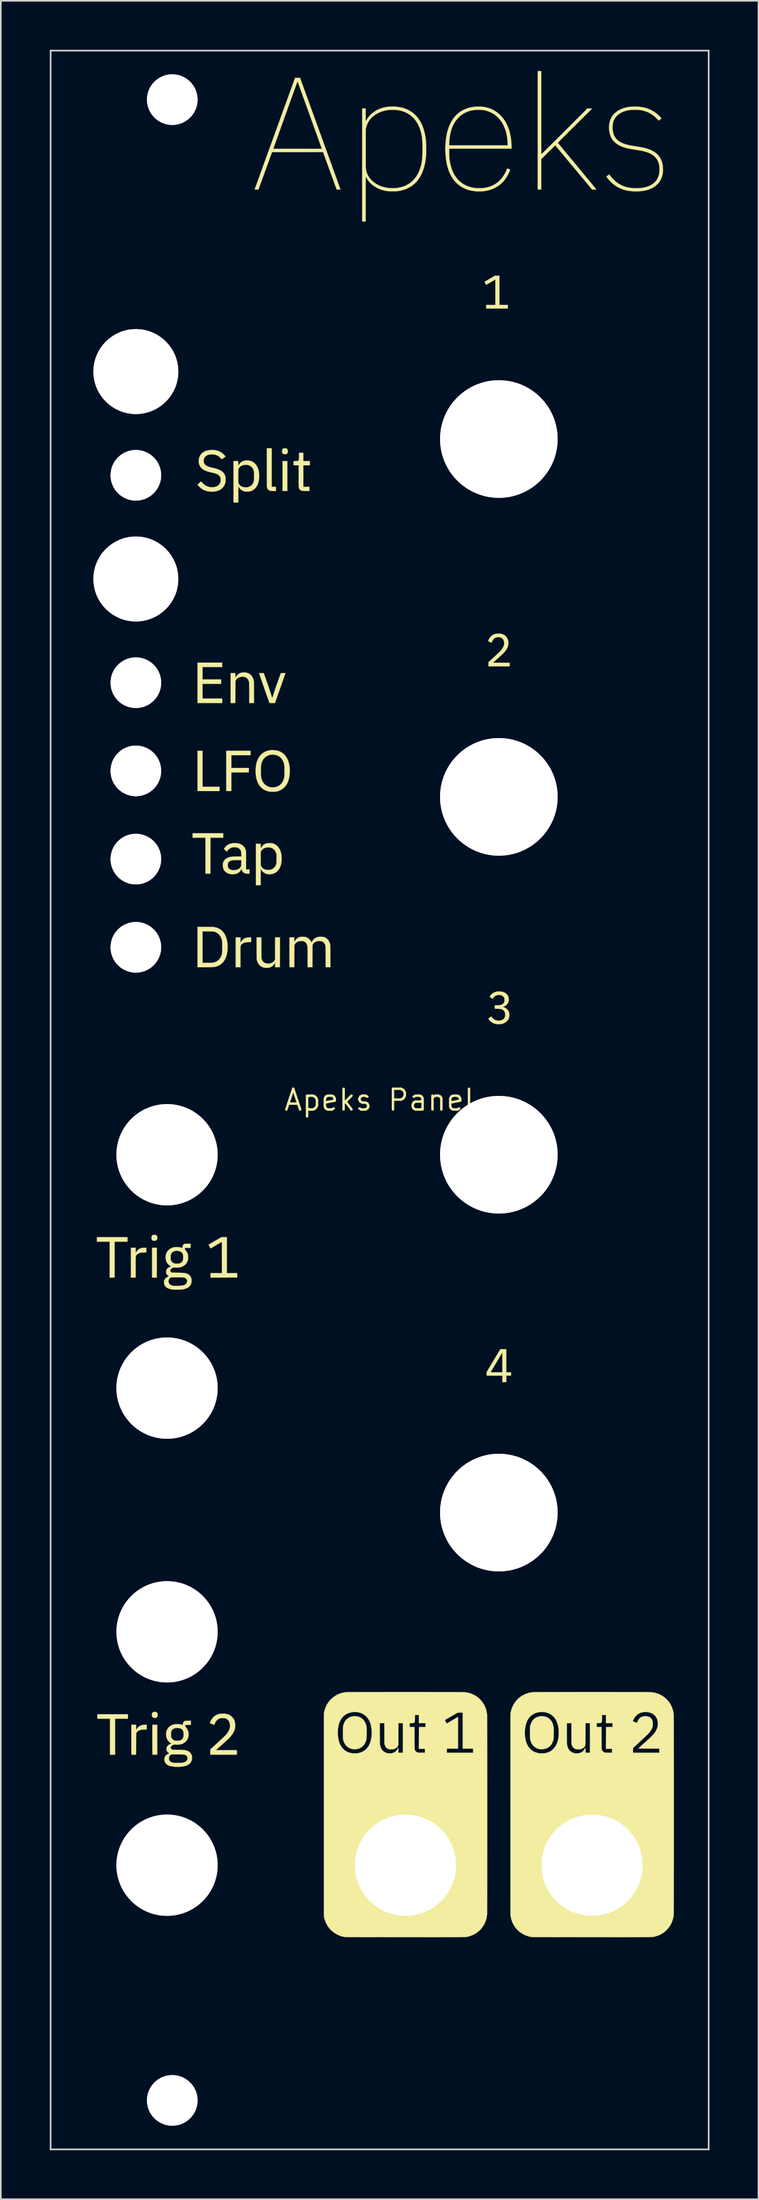
<source format=kicad_pcb>
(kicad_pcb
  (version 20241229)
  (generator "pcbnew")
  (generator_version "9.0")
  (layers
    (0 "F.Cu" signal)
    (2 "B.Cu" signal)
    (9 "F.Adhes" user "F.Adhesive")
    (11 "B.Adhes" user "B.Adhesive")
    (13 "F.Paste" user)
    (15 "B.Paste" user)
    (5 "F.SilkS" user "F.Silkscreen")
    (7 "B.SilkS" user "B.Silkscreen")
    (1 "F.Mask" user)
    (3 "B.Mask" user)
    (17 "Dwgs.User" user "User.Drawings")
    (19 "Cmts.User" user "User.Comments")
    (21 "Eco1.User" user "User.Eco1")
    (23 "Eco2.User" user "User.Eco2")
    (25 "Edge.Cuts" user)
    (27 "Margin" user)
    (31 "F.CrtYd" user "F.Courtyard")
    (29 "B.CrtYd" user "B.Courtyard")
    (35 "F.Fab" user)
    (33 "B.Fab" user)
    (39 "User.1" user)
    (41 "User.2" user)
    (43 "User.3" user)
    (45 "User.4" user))
  (footprint "Apeks Panel"
    (layer "F.Cu")
    (at 20.2 64.3)
    (property "Reference" "Apeks Panel" (at 0 0 0) (layer "F.SilkS") (effects (font (size 1.27 1.27) (thickness 0.15))))
    (attr through_hole)
    (fp_poly (pts (xy -6.533 1.808) (xy -6.453 1.816) (xy -6.295 1.847) (xy -6.144 1.893) (xy -5.999 1.954) (xy -5.862 2.028) (xy -5.733 2.116) (xy -5.614 2.215) (xy -5.505 2.326) (xy -5.408 2.448) (xy -5.323 2.58) (xy -5.252 2.721) (xy -5.204 2.842) (xy -5.159 2.997) (xy -5.13 3.155) (xy -5.118 3.313) (xy -5.121 3.47) (xy -5.141 3.626) (xy -5.176 3.779) (xy -5.227 3.928) (xy -5.293 4.073) (xy -5.374 4.211) (xy -5.431 4.291) (xy -5.535 4.415) (xy -5.65 4.526) (xy -5.774 4.623) (xy -5.908 4.708) (xy -6.05 4.778) (xy -6.2 4.834) (xy -6.355 4.874) (xy -6.516 4.899) (xy -6.545 4.902) (xy -6.606 4.907) (xy -6.657 4.909) (xy -6.707 4.909) (xy -6.76 4.906) (xy -6.812 4.901) (xy -6.97 4.879) (xy -7.122 4.841) (xy -7.268 4.789) (xy -7.406 4.722) (xy -7.537 4.643) (xy -7.66 4.551) (xy -7.772 4.448) (xy -7.874 4.335) (xy -7.965 4.211) (xy -8.044 4.079) (xy -8.109 3.938) (xy -8.161 3.791) (xy -8.198 3.636) (xy -8.208 3.572) (xy -8.218 3.478) (xy -8.221 3.376) (xy -8.219 3.27) (xy -8.211 3.166) (xy -8.198 3.068) (xy -8.182 2.993) (xy -8.135 2.839) (xy -8.073 2.69) (xy -7.997 2.548) (xy -7.907 2.414) (xy -7.836 2.326) (xy -7.731 2.219) (xy -7.614 2.12) (xy -7.486 2.033) (xy -7.349 1.958) (xy -7.204 1.896) (xy -7.055 1.848) (xy -7.032 1.842) (xy -6.944 1.825) (xy -6.845 1.812) (xy -6.74 1.805) (xy -6.634 1.804) (xy -6.533 1.808)) (stroke (width 0.01) (type solid)) (fill yes) (layer "F.Mask"))
    (fp_poly (pts (xy -6.557 31.017) (xy -6.474 31.024) (xy -6.4 31.033) (xy -6.371 31.038) (xy -6.215 31.078) (xy -6.065 31.133) (xy -5.922 31.202) (xy -5.788 31.285) (xy -5.664 31.381) (xy -5.55 31.488) (xy -5.447 31.606) (xy -5.356 31.735) (xy -5.278 31.874) (xy -5.23 31.983) (xy -5.206 32.045) (xy -5.187 32.098) (xy -5.172 32.149) (xy -5.159 32.203) (xy -5.148 32.253) (xy -5.124 32.41) (xy -5.117 32.568) (xy -5.126 32.725) (xy -5.15 32.881) (xy -5.19 33.034) (xy -5.245 33.182) (xy -5.315 33.324) (xy -5.399 33.458) (xy -5.436 33.508) (xy -5.54 33.63) (xy -5.655 33.74) (xy -5.781 33.838) (xy -5.915 33.921) (xy -6.057 33.991) (xy -6.207 34.046) (xy -6.362 34.086) (xy -6.523 34.11) (xy -6.549 34.112) (xy -6.598 34.116) (xy -6.637 34.118) (xy -6.672 34.119) (xy -6.707 34.118) (xy -6.748 34.116) (xy -6.8 34.112) (xy -6.805 34.111) (xy -6.963 34.09) (xy -7.115 34.053) (xy -7.262 34.001) (xy -7.403 33.934) (xy -7.535 33.854) (xy -7.659 33.761) (xy -7.774 33.656) (xy -7.878 33.539) (xy -7.971 33.412) (xy -8.052 33.274) (xy -8.119 33.127) (xy -8.125 33.111) (xy -8.166 32.985) (xy -8.196 32.85) (xy -8.214 32.709) (xy -8.221 32.567) (xy -8.217 32.426) (xy -8.2 32.29) (xy -8.182 32.203) (xy -8.135 32.048) (xy -8.074 31.899) (xy -7.999 31.759) (xy -7.91 31.627) (xy -7.81 31.507) (xy -7.697 31.398) (xy -7.675 31.379) (xy -7.544 31.279) (xy -7.406 31.196) (xy -7.262 31.127) (xy -7.111 31.074) (xy -6.952 31.037) (xy -6.883 31.026) (xy -6.813 31.018) (xy -6.732 31.015) (xy -6.645 31.014) (xy -6.557 31.017)) (stroke (width 0.01) (type solid)) (fill yes) (layer "F.Mask"))
    (fp_poly (pts (xy -6.533 1.808) (xy -6.453 1.816) (xy -6.295 1.847) (xy -6.144 1.893) (xy -5.999 1.954) (xy -5.862 2.028) (xy -5.733 2.116) (xy -5.614 2.215) (xy -5.505 2.326) (xy -5.408 2.448) (xy -5.323 2.58) (xy -5.252 2.721) (xy -5.204 2.842) (xy -5.159 2.997) (xy -5.13 3.155) (xy -5.118 3.313) (xy -5.121 3.47) (xy -5.141 3.626) (xy -5.176 3.779) (xy -5.227 3.928) (xy -5.293 4.073) (xy -5.374 4.211) (xy -5.431 4.291) (xy -5.535 4.415) (xy -5.65 4.526) (xy -5.774 4.623) (xy -5.908 4.708) (xy -6.05 4.778) (xy -6.2 4.834) (xy -6.355 4.874) (xy -6.516 4.899) (xy -6.545 4.902) (xy -6.606 4.907) (xy -6.657 4.909) (xy -6.707 4.909) (xy -6.76 4.906) (xy -6.812 4.901) (xy -6.97 4.879) (xy -7.122 4.841) (xy -7.268 4.789) (xy -7.406 4.722) (xy -7.537 4.643) (xy -7.66 4.551) (xy -7.772 4.448) (xy -7.874 4.335) (xy -7.965 4.211) (xy -8.044 4.079) (xy -8.109 3.938) (xy -8.161 3.791) (xy -8.198 3.636) (xy -8.208 3.572) (xy -8.218 3.478) (xy -8.221 3.376) (xy -8.219 3.27) (xy -8.211 3.166) (xy -8.198 3.068) (xy -8.182 2.993) (xy -8.135 2.839) (xy -8.073 2.69) (xy -7.997 2.548) (xy -7.907 2.414) (xy -7.836 2.326) (xy -7.731 2.219) (xy -7.614 2.12) (xy -7.486 2.033) (xy -7.349 1.958) (xy -7.204 1.896) (xy -7.055 1.848) (xy -7.032 1.842) (xy -6.944 1.825) (xy -6.845 1.812) (xy -6.74 1.805) (xy -6.634 1.804) (xy -6.533 1.808)) (stroke (width 0.01) (type solid)) (fill yes) (layer "B.Mask"))
    (fp_poly (pts (xy -6.557 31.017) (xy -6.474 31.024) (xy -6.4 31.033) (xy -6.371 31.038) (xy -6.215 31.078) (xy -6.065 31.133) (xy -5.922 31.202) (xy -5.788 31.285) (xy -5.664 31.381) (xy -5.55 31.488) (xy -5.447 31.606) (xy -5.356 31.735) (xy -5.278 31.874) (xy -5.23 31.983) (xy -5.206 32.045) (xy -5.187 32.098) (xy -5.172 32.149) (xy -5.159 32.203) (xy -5.148 32.253) (xy -5.124 32.41) (xy -5.117 32.568) (xy -5.126 32.725) (xy -5.15 32.881) (xy -5.19 33.034) (xy -5.245 33.182) (xy -5.315 33.324) (xy -5.399 33.458) (xy -5.436 33.508) (xy -5.54 33.63) (xy -5.655 33.74) (xy -5.781 33.838) (xy -5.915 33.921) (xy -6.057 33.991) (xy -6.207 34.046) (xy -6.362 34.086) (xy -6.523 34.11) (xy -6.549 34.112) (xy -6.598 34.116) (xy -6.637 34.118) (xy -6.672 34.119) (xy -6.707 34.118) (xy -6.748 34.116) (xy -6.8 34.112) (xy -6.805 34.111) (xy -6.963 34.09) (xy -7.115 34.053) (xy -7.262 34.001) (xy -7.403 33.934) (xy -7.535 33.854) (xy -7.659 33.761) (xy -7.774 33.656) (xy -7.878 33.539) (xy -7.971 33.412) (xy -8.052 33.274) (xy -8.119 33.127) (xy -8.125 33.111) (xy -8.166 32.985) (xy -8.196 32.85) (xy -8.214 32.709) (xy -8.221 32.567) (xy -8.217 32.426) (xy -8.2 32.29) (xy -8.182 32.203) (xy -8.135 32.048) (xy -8.074 31.899) (xy -7.999 31.759) (xy -7.91 31.627) (xy -7.81 31.507) (xy -7.697 31.398) (xy -7.675 31.379) (xy -7.544 31.279) (xy -7.406 31.196) (xy -7.262 31.127) (xy -7.111 31.074) (xy -6.952 31.037) (xy -6.883 31.026) (xy -6.813 31.018) (xy -6.732 31.015) (xy -6.645 31.014) (xy -6.557 31.017)) (stroke (width 0.01) (type solid)) (fill yes) (layer "B.Mask"))
    (fp_poly (pts (xy -13.648 10.871) (xy -13.936 10.871) (xy -13.936 9.042) (xy -13.648 9.042) (xy -13.648 10.871)) (stroke (width 0.01) (type solid)) (fill yes) (layer "F.SilkS"))
    (fp_poly (pts (xy -5.656 -37.287) (xy -5.944 -37.287) (xy -5.944 -39.116) (xy -5.656 -39.116) (xy -5.656 -37.287)) (stroke (width 0.01) (type solid)) (fill yes) (layer "F.SilkS"))
    (fp_poly (pts (xy -10.846 -19.177) (xy -9.804 -19.177) (xy -9.804 -18.915) (xy -11.151 -18.915) (xy -11.151 -21.378) (xy -10.846 -21.378) (xy -10.846 -19.177)) (stroke (width 0.01) (type solid)) (fill yes) (layer "F.SilkS"))
    (fp_poly (pts (xy -15.443 8.67) (xy -16.231 8.67) (xy -16.231 10.871) (xy -16.535 10.871) (xy -16.535 8.67) (xy -17.314 8.67) (xy -17.314 8.399) (xy -15.443 8.399) (xy -15.443 8.67)) (stroke (width 0.01) (type solid)) (fill yes) (layer "F.SilkS"))
    (fp_poly (pts (xy -15.418 37.88) (xy -16.205 37.88) (xy -16.205 40.081) (xy -16.51 40.081) (xy -16.51 37.88) (xy -17.289 37.88) (xy -17.289 37.609) (xy -15.418 37.609) (xy -15.418 37.88)) (stroke (width 0.01) (type solid)) (fill yes) (layer "F.SilkS"))
    (fp_poly (pts (xy -9.584 -16.061) (xy -10.363 -16.061) (xy -10.365 -14.963) (xy -10.367 -13.864) (xy -10.518 -13.862) (xy -10.668 -13.86) (xy -10.668 -16.061) (xy -11.455 -16.061) (xy -11.455 -16.332) (xy -9.584 -16.332) (xy -9.584 -16.061)) (stroke (width 0.01) (type solid)) (fill yes) (layer "F.SilkS"))
    (fp_poly (pts (xy -9.644 -26.509) (xy -10.846 -26.509) (xy -10.846 -25.747) (xy -9.711 -25.747) (xy -9.711 -25.485) (xy -10.846 -25.485) (xy -10.846 -24.579) (xy -9.644 -24.579) (xy -9.644 -24.308) (xy -11.151 -24.308) (xy -11.151 -26.78) (xy -9.644 -26.78) (xy -9.644 -26.509)) (stroke (width 0.01) (type solid)) (fill yes) (layer "F.SilkS"))
    (fp_poly (pts (xy -7.908 -21.116) (xy -9.085 -21.116) (xy -9.085 -20.328) (xy -8.009 -20.328) (xy -8.011 -20.195) (xy -8.014 -20.062) (xy -8.549 -20.06) (xy -9.085 -20.057) (xy -9.085 -18.915) (xy -9.39 -18.915) (xy -9.39 -21.378) (xy -7.908 -21.378) (xy -7.908 -21.116)) (stroke (width 0.01) (type solid)) (fill yes) (layer "F.SilkS"))
    (fp_poly (pts (xy -13.623 40.081) (xy -13.765 40.081) (xy -13.813 40.081) (xy -13.854 40.08) (xy -13.887 40.079) (xy -13.908 40.077) (xy -13.914 40.076) (xy -13.914 40.066) (xy -13.915 40.042) (xy -13.916 40.002) (xy -13.916 39.949) (xy -13.917 39.883) (xy -13.918 39.806) (xy -13.918 39.718) (xy -13.918 39.622) (xy -13.919 39.517) (xy -13.919 39.405) (xy -13.919 39.287) (xy -13.919 39.165) (xy -13.919 38.252) (xy -13.623 38.252) (xy -13.623 40.081)) (stroke (width 0.01) (type solid)) (fill yes) (layer "F.SilkS"))
    (fp_poly (pts (xy -13.737 8.257) (xy -13.697 8.27) (xy -13.682 8.279) (xy -13.648 8.315) (xy -13.626 8.361) (xy -13.616 8.418) (xy -13.619 8.479) (xy -13.632 8.531) (xy -13.657 8.571) (xy -13.694 8.598) (xy -13.744 8.615) (xy -13.796 8.619) (xy -13.838 8.617) (xy -13.87 8.61) (xy -13.894 8.6) (xy -13.927 8.577) (xy -13.95 8.547) (xy -13.964 8.506) (xy -13.97 8.452) (xy -13.97 8.434) (xy -13.967 8.382) (xy -13.959 8.342) (xy -13.942 8.311) (xy -13.918 8.286) (xy -13.915 8.284) (xy -13.879 8.265) (xy -13.834 8.254) (xy -13.785 8.252) (xy -13.737 8.257)) (stroke (width 0.01) (type solid)) (fill yes) (layer "F.SilkS"))
    (fp_poly (pts (xy -5.748 -39.9) (xy -5.705 -39.888) (xy -5.673 -39.867) (xy -5.647 -39.834) (xy -5.641 -39.823) (xy -5.634 -39.801) (xy -5.629 -39.767) (xy -5.626 -39.728) (xy -5.626 -39.689) (xy -5.629 -39.655) (xy -5.632 -39.639) (xy -5.648 -39.607) (xy -5.675 -39.577) (xy -5.707 -39.555) (xy -5.713 -39.552) (xy -5.751 -39.542) (xy -5.798 -39.539) (xy -5.846 -39.543) (xy -5.888 -39.553) (xy -5.902 -39.558) (xy -5.935 -39.582) (xy -5.959 -39.613) (xy -5.972 -39.656) (xy -5.977 -39.711) (xy -5.977 -39.721) (xy -5.973 -39.782) (xy -5.958 -39.83) (xy -5.932 -39.865) (xy -5.894 -39.889) (xy -5.844 -39.901) (xy -5.803 -39.903) (xy -5.748 -39.9)) (stroke (width 0.01) (type solid)) (fill yes) (layer "F.SilkS"))
    (fp_poly (pts (xy -6.612 -37.541) (xy -6.35 -37.541) (xy -6.35 -37.287) (xy -6.496 -37.288) (xy -6.547 -37.289) (xy -6.595 -37.29) (xy -6.635 -37.292) (xy -6.665 -37.294) (xy -6.678 -37.296) (xy -6.746 -37.317) (xy -6.802 -37.351) (xy -6.847 -37.397) (xy -6.88 -37.454) (xy -6.897 -37.506) (xy -6.899 -37.516) (xy -6.9 -37.531) (xy -6.902 -37.553) (xy -6.903 -37.581) (xy -6.904 -37.618) (xy -6.905 -37.663) (xy -6.906 -37.717) (xy -6.906 -37.781) (xy -6.907 -37.857) (xy -6.907 -37.944) (xy -6.908 -38.043) (xy -6.908 -38.155) (xy -6.908 -38.282) (xy -6.909 -38.423) (xy -6.909 -38.58) (xy -6.909 -38.729) (xy -6.909 -39.903) (xy -6.612 -39.903) (xy -6.612 -37.541)) (stroke (width 0.01) (type solid)) (fill yes) (layer "F.SilkS"))
    (fp_poly (pts (xy -13.706 37.468) (xy -13.662 37.487) (xy -13.627 37.516) (xy -13.611 37.54) (xy -13.6 37.575) (xy -13.594 37.619) (xy -13.594 37.666) (xy -13.6 37.712) (xy -13.611 37.75) (xy -13.621 37.77) (xy -13.652 37.799) (xy -13.696 37.819) (xy -13.749 37.828) (xy -13.771 37.829) (xy -13.813 37.827) (xy -13.845 37.82) (xy -13.869 37.81) (xy -13.907 37.782) (xy -13.926 37.757) (xy -13.935 37.74) (xy -13.94 37.722) (xy -13.943 37.7) (xy -13.943 37.669) (xy -13.943 37.637) (xy -13.941 37.595) (xy -13.938 37.566) (xy -13.933 37.547) (xy -13.926 37.532) (xy -13.923 37.528) (xy -13.895 37.497) (xy -13.861 37.477) (xy -13.817 37.465) (xy -13.815 37.465) (xy -13.759 37.46) (xy -13.706 37.468)) (stroke (width 0.01) (type solid)) (fill yes) (layer "F.SilkS"))
    (fp_poly (pts (xy 7.332 -48.683) (xy 7.849 -48.683) (xy 7.849 -48.463) (xy 6.528 -48.463) (xy 6.528 -48.683) (xy 7.087 -48.683) (xy 7.087 -50.241) (xy 7.025 -50.205) (xy 7.002 -50.191) (xy 6.967 -50.17) (xy 6.922 -50.143) (xy 6.87 -50.112) (xy 6.813 -50.079) (xy 6.755 -50.044) (xy 6.745 -50.038) (xy 6.689 -50.005) (xy 6.637 -49.976) (xy 6.593 -49.951) (xy 6.558 -49.932) (xy 6.533 -49.92) (xy 6.521 -49.916) (xy 6.52 -49.916) (xy 6.512 -49.928) (xy 6.499 -49.95) (xy 6.484 -49.979) (xy 6.467 -50.011) (xy 6.451 -50.042) (xy 6.438 -50.07) (xy 6.429 -50.09) (xy 6.426 -50.099) (xy 6.426 -50.099) (xy 6.434 -50.104) (xy 6.455 -50.117) (xy 6.488 -50.136) (xy 6.531 -50.161) (xy 6.582 -50.191) (xy 6.641 -50.225) (xy 6.705 -50.262) (xy 6.747 -50.286) (xy 7.063 -50.47) (xy 7.332 -50.47) (xy 7.332 -48.683)) (stroke (width 0.01) (type solid)) (fill yes) (layer "F.SilkS"))
    (fp_poly (pts (xy -14.292 9.328) (xy -14.446 9.333) (xy -14.52 9.336) (xy -14.58 9.34) (xy -14.63 9.347) (xy -14.673 9.356) (xy -14.713 9.369) (xy -14.754 9.386) (xy -14.771 9.394) (xy -14.828 9.428) (xy -14.874 9.47) (xy -14.887 9.483) (xy -14.897 9.495) (xy -14.907 9.507) (xy -14.915 9.519) (xy -14.922 9.534) (xy -14.927 9.552) (xy -14.932 9.574) (xy -14.936 9.603) (xy -14.938 9.637) (xy -14.94 9.68) (xy -14.942 9.733) (xy -14.943 9.795) (xy -14.943 9.87) (xy -14.944 9.957) (xy -14.944 10.058) (xy -14.944 10.174) (xy -14.944 10.233) (xy -14.944 10.871) (xy -15.232 10.871) (xy -15.232 9.042) (xy -14.944 9.042) (xy -14.942 9.21) (xy -14.939 9.377) (xy -14.913 9.326) (xy -14.862 9.247) (xy -14.8 9.18) (xy -14.726 9.124) (xy -14.643 9.083) (xy -14.611 9.071) (xy -14.579 9.062) (xy -14.549 9.055) (xy -14.516 9.05) (xy -14.476 9.047) (xy -14.424 9.045) (xy -14.417 9.044) (xy -14.292 9.04) (xy -14.292 9.328)) (stroke (width 0.01) (type solid)) (fill yes) (layer "F.SilkS"))
    (fp_poly (pts (xy -14.266 38.538) (xy -14.421 38.543) (xy -14.486 38.545) (xy -14.537 38.548) (xy -14.579 38.552) (xy -14.614 38.558) (xy -14.642 38.565) (xy -14.72 38.591) (xy -14.787 38.627) (xy -14.843 38.671) (xy -14.885 38.722) (xy -14.896 38.739) (xy -14.899 38.746) (xy -14.902 38.753) (xy -14.905 38.761) (xy -14.907 38.772) (xy -14.909 38.787) (xy -14.91 38.807) (xy -14.911 38.834) (xy -14.912 38.867) (xy -14.913 38.91) (xy -14.914 38.962) (xy -14.915 39.025) (xy -14.915 39.1) (xy -14.915 39.188) (xy -14.916 39.291) (xy -14.916 39.409) (xy -14.916 39.427) (xy -14.919 40.081) (xy -15.206 40.081) (xy -15.206 38.252) (xy -14.919 38.252) (xy -14.916 38.42) (xy -14.914 38.587) (xy -14.88 38.523) (xy -14.844 38.467) (xy -14.799 38.413) (xy -14.748 38.366) (xy -14.696 38.329) (xy -14.685 38.323) (xy -14.634 38.298) (xy -14.584 38.28) (xy -14.533 38.267) (xy -14.475 38.26) (xy -14.405 38.255) (xy -14.391 38.254) (xy -14.266 38.25) (xy -14.266 38.538)) (stroke (width 0.01) (type solid)) (fill yes) (layer "F.SilkS"))
    (fp_poly (pts (xy -7.874 -9.671) (xy -8.029 -9.667) (xy -8.125 -9.662) (xy -8.208 -9.652) (xy -8.278 -9.637) (xy -8.338 -9.615) (xy -8.389 -9.587) (xy -8.434 -9.552) (xy -8.458 -9.527) (xy -8.471 -9.514) (xy -8.481 -9.502) (xy -8.49 -9.491) (xy -8.498 -9.478) (xy -8.505 -9.463) (xy -8.51 -9.444) (xy -8.515 -9.421) (xy -8.518 -9.392) (xy -8.521 -9.356) (xy -8.523 -9.312) (xy -8.524 -9.258) (xy -8.525 -9.194) (xy -8.526 -9.118) (xy -8.526 -9.029) (xy -8.526 -8.926) (xy -8.526 -8.808) (xy -8.526 -8.761) (xy -8.526 -8.128) (xy -8.814 -8.128) (xy -8.814 -9.957) (xy -8.526 -9.957) (xy -8.526 -9.792) (xy -8.526 -9.741) (xy -8.525 -9.697) (xy -8.523 -9.661) (xy -8.522 -9.637) (xy -8.52 -9.627) (xy -8.52 -9.627) (xy -8.513 -9.634) (xy -8.502 -9.653) (xy -8.49 -9.676) (xy -8.446 -9.749) (xy -8.388 -9.813) (xy -8.319 -9.868) (xy -8.24 -9.911) (xy -8.193 -9.928) (xy -8.162 -9.938) (xy -8.133 -9.945) (xy -8.101 -9.949) (xy -8.062 -9.952) (xy -8.012 -9.954) (xy -7.999 -9.955) (xy -7.874 -9.959) (xy -7.874 -9.671)) (stroke (width 0.01) (type solid)) (fill yes) (layer "F.SilkS"))
    (fp_poly (pts (xy 7.755 16.671) (xy 8.043 16.671) (xy 8.043 16.874) (xy 7.755 16.874) (xy 7.755 17.272) (xy 7.518 17.272) (xy 7.518 16.874) (xy 6.553 16.874) (xy 6.553 16.671) (xy 6.788 16.671) (xy 7.518 16.671) (xy 7.518 16.059) (xy 7.518 15.941) (xy 7.518 15.839) (xy 7.518 15.751) (xy 7.518 15.677) (xy 7.517 15.617) (xy 7.516 15.568) (xy 7.515 15.529) (xy 7.514 15.501) (xy 7.513 15.481) (xy 7.511 15.469) (xy 7.51 15.464) (xy 7.507 15.464) (xy 7.507 15.465) (xy 7.501 15.474) (xy 7.487 15.498) (xy 7.466 15.533) (xy 7.438 15.58) (xy 7.404 15.636) (xy 7.365 15.702) (xy 7.322 15.775) (xy 7.274 15.855) (xy 7.224 15.94) (xy 7.171 16.03) (xy 7.154 16.057) (xy 7.101 16.148) (xy 7.049 16.235) (xy 7.001 16.316) (xy 6.956 16.392) (xy 6.915 16.46) (xy 6.88 16.52) (xy 6.85 16.57) (xy 6.827 16.609) (xy 6.81 16.636) (xy 6.802 16.65) (xy 6.801 16.652) (xy 6.788 16.671) (xy 6.553 16.671) (xy 6.553 16.658) (xy 6.974 15.958) (xy 7.394 15.257) (xy 7.755 15.257) (xy 7.755 16.671)) (stroke (width 0.01) (type solid)) (fill yes) (layer "F.SilkS"))
    (fp_poly (pts (xy -4.674 -39.116) (xy -4.276 -39.116) (xy -4.276 -38.862) (xy -4.674 -38.862) (xy -4.674 -37.541) (xy -4.301 -37.541) (xy -4.301 -37.287) (xy -4.502 -37.288) (xy -4.58 -37.289) (xy -4.645 -37.29) (xy -4.696 -37.293) (xy -4.732 -37.297) (xy -4.746 -37.299) (xy -4.812 -37.323) (xy -4.867 -37.359) (xy -4.91 -37.407) (xy -4.94 -37.465) (xy -4.945 -37.48) (xy -4.948 -37.49) (xy -4.95 -37.501) (xy -4.953 -37.514) (xy -4.955 -37.53) (xy -4.956 -37.549) (xy -4.958 -37.574) (xy -4.959 -37.606) (xy -4.96 -37.645) (xy -4.96 -37.693) (xy -4.961 -37.751) (xy -4.961 -37.82) (xy -4.961 -37.902) (xy -4.961 -37.997) (xy -4.961 -38.107) (xy -4.961 -38.198) (xy -4.961 -38.862) (xy -5.266 -38.862) (xy -5.266 -39.114) (xy -5.141 -39.117) (xy -5.086 -39.119) (xy -5.044 -39.122) (xy -5.014 -39.127) (xy -4.992 -39.136) (xy -4.975 -39.148) (xy -4.961 -39.164) (xy -4.955 -39.173) (xy -4.951 -39.182) (xy -4.947 -39.194) (xy -4.944 -39.211) (xy -4.942 -39.236) (xy -4.94 -39.27) (xy -4.939 -39.316) (xy -4.938 -39.375) (xy -4.938 -39.41) (xy -4.935 -39.624) (xy -4.674 -39.624) (xy -4.674 -39.116)) (stroke (width 0.01) (type solid)) (fill yes) (layer "F.SilkS"))
    (fp_poly (pts (xy -8.211 -26.173) (xy -8.12 -26.154) (xy -8.036 -26.123) (xy -8.031 -26.12) (xy -7.952 -26.075) (xy -7.884 -26.02) (xy -7.827 -25.955) (xy -7.781 -25.877) (xy -7.743 -25.786) (xy -7.723 -25.724) (xy -7.701 -25.641) (xy -7.695 -24.308) (xy -7.983 -24.308) (xy -7.986 -24.932) (xy -7.987 -25.05) (xy -7.987 -25.152) (xy -7.988 -25.24) (xy -7.988 -25.315) (xy -7.989 -25.378) (xy -7.99 -25.43) (xy -7.991 -25.473) (xy -7.992 -25.507) (xy -7.993 -25.535) (xy -7.995 -25.557) (xy -7.997 -25.575) (xy -7.999 -25.59) (xy -8.002 -25.603) (xy -8.005 -25.616) (xy -8.007 -25.622) (xy -8.037 -25.705) (xy -8.076 -25.774) (xy -8.124 -25.828) (xy -8.182 -25.87) (xy -8.25 -25.898) (xy -8.33 -25.913) (xy -8.395 -25.916) (xy -8.485 -25.91) (xy -8.568 -25.892) (xy -8.642 -25.864) (xy -8.707 -25.826) (xy -8.76 -25.778) (xy -8.8 -25.722) (xy -8.815 -25.692) (xy -8.835 -25.641) (xy -8.837 -24.975) (xy -8.84 -24.308) (xy -9.127 -24.308) (xy -9.127 -26.137) (xy -8.84 -26.137) (xy -8.837 -25.986) (xy -8.835 -25.836) (xy -8.798 -25.904) (xy -8.755 -25.969) (xy -8.701 -26.031) (xy -8.699 -26.033) (xy -8.635 -26.088) (xy -8.564 -26.13) (xy -8.485 -26.158) (xy -8.398 -26.174) (xy -8.312 -26.179) (xy -8.211 -26.173)) (stroke (width 0.01) (type solid)) (fill yes) (layer "F.SilkS"))
    (fp_poly (pts (xy -9.356 10.6) (xy -8.72 10.6) (xy -8.723 10.734) (xy -8.725 10.867) (xy -9.54 10.869) (xy -10.355 10.871) (xy -10.355 10.6) (xy -9.66 10.6) (xy -9.66 9.639) (xy -9.66 9.491) (xy -9.661 9.359) (xy -9.661 9.242) (xy -9.661 9.139) (xy -9.661 9.05) (xy -9.661 8.973) (xy -9.662 8.907) (xy -9.662 8.852) (xy -9.663 8.807) (xy -9.664 8.77) (xy -9.664 8.742) (xy -9.666 8.72) (xy -9.667 8.705) (xy -9.668 8.694) (xy -9.67 8.688) (xy -9.672 8.686) (xy -9.674 8.685) (xy -9.675 8.686) (xy -9.685 8.692) (xy -9.709 8.705) (xy -9.743 8.726) (xy -9.788 8.752) (xy -9.841 8.783) (xy -9.901 8.819) (xy -9.966 8.858) (xy -10.019 8.889) (xy -10.087 8.929) (xy -10.15 8.967) (xy -10.208 9.001) (xy -10.258 9.03) (xy -10.299 9.054) (xy -10.329 9.071) (xy -10.348 9.082) (xy -10.354 9.085) (xy -10.359 9.078) (xy -10.371 9.059) (xy -10.386 9.031) (xy -10.404 8.997) (xy -10.423 8.961) (xy -10.441 8.926) (xy -10.456 8.895) (xy -10.468 8.87) (xy -10.473 8.856) (xy -10.473 8.854) (xy -10.465 8.849) (xy -10.444 8.836) (xy -10.411 8.817) (xy -10.367 8.791) (xy -10.314 8.761) (xy -10.254 8.725) (xy -10.187 8.686) (xy -10.114 8.644) (xy -10.081 8.624) (xy -9.692 8.399) (xy -9.356 8.399) (xy -9.356 10.6)) (stroke (width 0.01) (type solid)) (fill yes) (layer "F.SilkS"))
    (fp_poly (pts (xy -7.088 -26.113) (xy -7.018 -25.913) (xy -6.952 -25.727) (xy -6.892 -25.554) (xy -6.838 -25.396) (xy -6.789 -25.252) (xy -6.745 -25.123) (xy -6.708 -25.009) (xy -6.683 -24.932) (xy -6.661 -24.863) (xy -6.64 -24.799) (xy -6.622 -24.742) (xy -6.606 -24.693) (xy -6.593 -24.656) (xy -6.584 -24.63) (xy -6.579 -24.618) (xy -6.579 -24.618) (xy -6.574 -24.623) (xy -6.565 -24.641) (xy -6.554 -24.669) (xy -6.542 -24.706) (xy -6.542 -24.707) (xy -6.5 -24.839) (xy -6.461 -24.961) (xy -6.423 -25.077) (xy -6.385 -25.191) (xy -6.346 -25.306) (xy -6.304 -25.426) (xy -6.259 -25.555) (xy -6.21 -25.69) (xy -6.05 -26.137) (xy -5.772 -26.137) (xy -5.777 -26.118) (xy -5.781 -26.107) (xy -5.789 -26.082) (xy -5.803 -26.043) (xy -5.821 -25.991) (xy -5.843 -25.927) (xy -5.869 -25.852) (xy -5.899 -25.768) (xy -5.932 -25.675) (xy -5.967 -25.574) (xy -6.005 -25.467) (xy -6.045 -25.354) (xy -6.086 -25.236) (xy -6.098 -25.203) (xy -6.413 -24.308) (xy -6.746 -24.308) (xy -6.763 -24.356) (xy -6.773 -24.384) (xy -6.788 -24.425) (xy -6.806 -24.477) (xy -6.828 -24.54) (xy -6.854 -24.613) (xy -6.882 -24.693) (xy -6.913 -24.781) (xy -6.946 -24.874) (xy -6.98 -24.972) (xy -7.015 -25.073) (xy -7.051 -25.176) (xy -7.087 -25.279) (xy -7.123 -25.382) (xy -7.159 -25.484) (xy -7.193 -25.582) (xy -7.226 -25.676) (xy -7.257 -25.765) (xy -7.285 -25.847) (xy -7.311 -25.921) (xy -7.333 -25.985) (xy -7.352 -26.04) (xy -7.367 -26.082) (xy -7.377 -26.112) (xy -7.382 -26.127) (xy -7.383 -26.129) (xy -7.375 -26.132) (xy -7.353 -26.134) (xy -7.319 -26.135) (xy -7.277 -26.136) (xy -7.24 -26.137) (xy -7.097 -26.137) (xy -7.088 -26.113)) (stroke (width 0.01) (type solid)) (fill yes) (layer "F.SilkS"))
    (fp_poly (pts (xy -7.245 -9.328) (xy -7.245 -9.207) (xy -7.244 -9.101) (xy -7.244 -9.009) (xy -7.243 -8.931) (xy -7.242 -8.865) (xy -7.241 -8.809) (xy -7.239 -8.762) (xy -7.237 -8.724) (xy -7.234 -8.692) (xy -7.231 -8.665) (xy -7.227 -8.643) (xy -7.222 -8.624) (xy -7.216 -8.606) (xy -7.209 -8.589) (xy -7.2 -8.571) (xy -7.192 -8.553) (xy -7.156 -8.493) (xy -7.107 -8.442) (xy -7.047 -8.402) (xy -6.978 -8.374) (xy -6.901 -8.357) (xy -6.818 -8.353) (xy -6.731 -8.361) (xy -6.668 -8.375) (xy -6.599 -8.401) (xy -6.536 -8.439) (xy -6.482 -8.486) (xy -6.44 -8.541) (xy -6.432 -8.555) (xy -6.405 -8.606) (xy -6.403 -9.282) (xy -6.4 -9.957) (xy -6.104 -9.957) (xy -6.107 -9.045) (xy -6.109 -8.132) (xy -6.255 -8.13) (xy -6.401 -8.128) (xy -6.401 -8.278) (xy -6.401 -8.429) (xy -6.429 -8.377) (xy -6.477 -8.298) (xy -6.53 -8.235) (xy -6.589 -8.184) (xy -6.649 -8.148) (xy -6.71 -8.123) (xy -6.783 -8.105) (xy -6.862 -8.094) (xy -6.942 -8.091) (xy -7.006 -8.095) (xy -7.063 -8.103) (xy -7.11 -8.114) (xy -7.156 -8.13) (xy -7.208 -8.153) (xy -7.213 -8.155) (xy -7.29 -8.201) (xy -7.358 -8.261) (xy -7.416 -8.334) (xy -7.454 -8.399) (xy -7.473 -8.442) (xy -7.492 -8.489) (xy -7.507 -8.532) (xy -7.512 -8.547) (xy -7.515 -8.56) (xy -7.518 -8.572) (xy -7.521 -8.585) (xy -7.523 -8.601) (xy -7.525 -8.62) (xy -7.527 -8.643) (xy -7.528 -8.672) (xy -7.529 -8.708) (xy -7.53 -8.752) (xy -7.531 -8.806) (xy -7.531 -8.87) (xy -7.532 -8.946) (xy -7.532 -9.035) (xy -7.533 -9.139) (xy -7.533 -9.258) (xy -7.533 -9.286) (xy -7.536 -9.957) (xy -7.248 -9.957) (xy -7.245 -9.328)) (stroke (width 0.01) (type solid)) (fill yes) (layer "F.SilkS"))
    (fp_poly (pts (xy 9.974 37.729) (xy 10.044 37.735) (xy 10.106 37.744) (xy 10.142 37.752) (xy 10.243 37.79) (xy 10.334 37.841) (xy 10.416 37.906) (xy 10.487 37.983) (xy 10.547 38.071) (xy 10.595 38.17) (xy 10.63 38.28) (xy 10.647 38.359) (xy 10.65 38.383) (xy 10.653 38.409) (xy 10.656 38.438) (xy 10.657 38.472) (xy 10.658 38.513) (xy 10.659 38.563) (xy 10.659 38.625) (xy 10.658 38.699) (xy 10.658 38.778) (xy 10.657 38.862) (xy 10.656 38.931) (xy 10.655 38.987) (xy 10.654 39.032) (xy 10.652 39.068) (xy 10.65 39.097) (xy 10.648 39.121) (xy 10.645 39.141) (xy 10.641 39.16) (xy 10.636 39.18) (xy 10.632 39.196) (xy 10.595 39.305) (xy 10.546 39.405) (xy 10.486 39.494) (xy 10.415 39.571) (xy 10.395 39.589) (xy 10.343 39.627) (xy 10.279 39.664) (xy 10.211 39.696) (xy 10.143 39.72) (xy 10.122 39.726) (xy 10.071 39.736) (xy 10.01 39.743) (xy 9.945 39.747) (xy 9.882 39.748) (xy 9.827 39.745) (xy 9.809 39.742) (xy 9.702 39.718) (xy 9.604 39.678) (xy 9.515 39.626) (xy 9.435 39.56) (xy 9.366 39.482) (xy 9.307 39.393) (xy 9.261 39.293) (xy 9.228 39.184) (xy 9.216 39.128) (xy 9.213 39.104) (xy 9.21 39.074) (xy 9.207 39.037) (xy 9.206 38.992) (xy 9.204 38.937) (xy 9.204 38.869) (xy 9.203 38.787) (xy 9.203 38.733) (xy 9.203 38.649) (xy 9.204 38.58) (xy 9.204 38.523) (xy 9.205 38.477) (xy 9.206 38.44) (xy 9.208 38.41) (xy 9.211 38.384) (xy 9.214 38.36) (xy 9.218 38.337) (xy 9.221 38.326) (xy 9.252 38.211) (xy 9.295 38.107) (xy 9.35 38.014) (xy 9.416 37.933) (xy 9.493 37.865) (xy 9.581 37.809) (xy 9.679 37.767) (xy 9.778 37.74) (xy 9.836 37.732) (xy 9.903 37.728) (xy 9.974 37.729)) (stroke (width 0.01) (type solid)) (fill yes) (layer "F.SilkS"))
    (fp_poly (pts (xy -1.479 37.73) (xy -1.409 37.735) (xy -1.346 37.745) (xy -1.313 37.753) (xy -1.213 37.79) (xy -1.12 37.842) (xy -1.037 37.908) (xy -0.964 37.987) (xy -0.903 38.076) (xy -0.899 38.083) (xy -0.877 38.128) (xy -0.855 38.185) (xy -0.835 38.248) (xy -0.818 38.311) (xy -0.806 38.369) (xy -0.804 38.384) (xy -0.801 38.418) (xy -0.799 38.467) (xy -0.797 38.531) (xy -0.797 38.611) (xy -0.797 38.707) (xy -0.798 38.786) (xy -0.799 38.869) (xy -0.8 38.937) (xy -0.801 38.992) (xy -0.802 39.036) (xy -0.803 39.072) (xy -0.805 39.1) (xy -0.808 39.124) (xy -0.811 39.144) (xy -0.815 39.164) (xy -0.821 39.184) (xy -0.824 39.196) (xy -0.853 39.285) (xy -0.891 39.37) (xy -0.937 39.45) (xy -0.989 39.52) (xy -1.044 39.577) (xy -1.054 39.585) (xy -1.142 39.647) (xy -1.24 39.696) (xy -1.344 39.729) (xy -1.346 39.73) (xy -1.387 39.737) (xy -1.439 39.743) (xy -1.496 39.746) (xy -1.554 39.747) (xy -1.605 39.746) (xy -1.644 39.742) (xy -1.752 39.717) (xy -1.851 39.678) (xy -1.941 39.624) (xy -2.022 39.558) (xy -2.092 39.48) (xy -2.149 39.391) (xy -2.185 39.315) (xy -2.199 39.279) (xy -2.211 39.248) (xy -2.221 39.22) (xy -2.229 39.192) (xy -2.235 39.163) (xy -2.239 39.131) (xy -2.243 39.094) (xy -2.245 39.05) (xy -2.246 38.997) (xy -2.247 38.933) (xy -2.248 38.857) (xy -2.248 38.766) (xy -2.248 38.743) (xy -2.248 38.653) (xy -2.248 38.578) (xy -2.247 38.517) (xy -2.247 38.467) (xy -2.246 38.427) (xy -2.245 38.395) (xy -2.243 38.369) (xy -2.24 38.348) (xy -2.237 38.329) (xy -2.234 38.312) (xy -2.229 38.294) (xy -2.229 38.292) (xy -2.192 38.178) (xy -2.144 38.076) (xy -2.085 37.987) (xy -2.015 37.909) (xy -1.934 37.845) (xy -1.842 37.793) (xy -1.741 37.756) (xy -1.677 37.74) (xy -1.619 37.732) (xy -1.551 37.728) (xy -1.479 37.73)) (stroke (width 0.01) (type solid)) (fill yes) (layer "F.SilkS"))
    (fp_poly (pts (xy 7.332 -28.553) (xy 7.374 -28.552) (xy 7.407 -28.549) (xy 7.436 -28.545) (xy 7.464 -28.539) (xy 7.48 -28.534) (xy 7.573 -28.499) (xy 7.656 -28.452) (xy 7.727 -28.393) (xy 7.786 -28.324) (xy 7.831 -28.244) (xy 7.863 -28.155) (xy 7.871 -28.122) (xy 7.879 -28.061) (xy 7.881 -27.99) (xy 7.878 -27.917) (xy 7.87 -27.847) (xy 7.857 -27.788) (xy 7.822 -27.692) (xy 7.77 -27.595) (xy 7.703 -27.498) (xy 7.619 -27.399) (xy 7.584 -27.363) (xy 7.561 -27.34) (xy 7.527 -27.308) (xy 7.484 -27.267) (xy 7.433 -27.22) (xy 7.377 -27.169) (xy 7.317 -27.114) (xy 7.256 -27.059) (xy 7.223 -27.029) (xy 6.941 -26.776) (xy 7.45 -26.774) (xy 7.959 -26.771) (xy 7.959 -26.551) (xy 6.663 -26.551) (xy 6.663 -26.804) (xy 7.021 -27.133) (xy 7.088 -27.196) (xy 7.154 -27.257) (xy 7.215 -27.314) (xy 7.272 -27.368) (xy 7.322 -27.416) (xy 7.364 -27.457) (xy 7.398 -27.49) (xy 7.421 -27.514) (xy 7.429 -27.524) (xy 7.5 -27.616) (xy 7.555 -27.705) (xy 7.594 -27.79) (xy 7.618 -27.873) (xy 7.627 -27.956) (xy 7.625 -28.01) (xy 7.61 -28.094) (xy 7.583 -28.166) (xy 7.546 -28.226) (xy 7.496 -28.273) (xy 7.436 -28.307) (xy 7.364 -28.329) (xy 7.282 -28.338) (xy 7.268 -28.338) (xy 7.182 -28.331) (xy 7.105 -28.31) (xy 7.038 -28.276) (xy 6.98 -28.227) (xy 6.931 -28.163) (xy 6.9 -28.106) (xy 6.885 -28.073) (xy 6.874 -28.045) (xy 6.867 -28.026) (xy 6.866 -28.021) (xy 6.864 -28.009) (xy 6.861 -28.008) (xy 6.851 -28.011) (xy 6.829 -28.019) (xy 6.797 -28.03) (xy 6.759 -28.045) (xy 6.751 -28.048) (xy 6.701 -28.068) (xy 6.667 -28.084) (xy 6.649 -28.096) (xy 6.647 -28.101) (xy 6.651 -28.12) (xy 6.662 -28.15) (xy 6.679 -28.186) (xy 6.699 -28.225) (xy 6.72 -28.263) (xy 6.735 -28.286) (xy 6.797 -28.365) (xy 6.871 -28.432) (xy 6.955 -28.486) (xy 7.047 -28.526) (xy 7.074 -28.534) (xy 7.103 -28.542) (xy 7.131 -28.547) (xy 7.161 -28.551) (xy 7.198 -28.553) (xy 7.246 -28.553) (xy 7.277 -28.554) (xy 7.332 -28.553)) (stroke (width 0.01) (type solid)) (fill yes) (layer "F.SilkS"))
    (fp_poly (pts (xy 9.898 -60.456) (xy 9.898 -60.21) (xy 9.898 -59.979) (xy 9.898 -59.765) (xy 9.898 -59.565) (xy 9.898 -59.381) (xy 9.898 -59.211) (xy 9.898 -59.054) (xy 9.898 -58.91) (xy 9.898 -58.779) (xy 9.898 -58.659) (xy 9.899 -58.551) (xy 9.899 -58.454) (xy 9.899 -58.367) (xy 9.9 -58.29) (xy 9.9 -58.222) (xy 9.901 -58.162) (xy 9.901 -58.11) (xy 9.902 -58.066) (xy 9.902 -58.029) (xy 9.903 -57.998) (xy 9.904 -57.973) (xy 9.905 -57.953) (xy 9.906 -57.938) (xy 9.907 -57.927) (xy 9.908 -57.919) (xy 9.909 -57.915) (xy 9.911 -57.912) (xy 9.911 -57.912) (xy 9.919 -57.918) (xy 9.937 -57.935) (xy 9.967 -57.964) (xy 10.007 -58.002) (xy 10.056 -58.051) (xy 10.115 -58.109) (xy 10.183 -58.176) (xy 10.259 -58.251) (xy 10.343 -58.333) (xy 10.434 -58.424) (xy 10.532 -58.52) (xy 10.636 -58.623) (xy 10.745 -58.732) (xy 10.859 -58.846) (xy 10.978 -58.964) (xy 11.101 -59.087) (xy 11.228 -59.213) (xy 11.324 -59.309) (xy 12.722 -60.706) (xy 12.865 -60.704) (xy 13.007 -60.702) (xy 11.957 -59.656) (xy 10.906 -58.609) (xy 12.087 -57.185) (xy 12.199 -57.05) (xy 12.308 -56.918) (xy 12.414 -56.79) (xy 12.516 -56.667) (xy 12.614 -56.548) (xy 12.707 -56.436) (xy 12.794 -56.33) (xy 12.876 -56.231) (xy 12.951 -56.14) (xy 13.02 -56.057) (xy 13.081 -55.982) (xy 13.134 -55.917) (xy 13.179 -55.862) (xy 13.216 -55.817) (xy 13.243 -55.784) (xy 13.26 -55.762) (xy 13.267 -55.753) (xy 13.267 -55.753) (xy 13.259 -55.75) (xy 13.236 -55.747) (xy 13.2 -55.745) (xy 13.153 -55.745) (xy 13.141 -55.745) (xy 13.014 -55.745) (xy 11.886 -57.097) (xy 11.776 -57.229) (xy 11.67 -57.357) (xy 11.566 -57.481) (xy 11.466 -57.601) (xy 11.371 -57.715) (xy 11.281 -57.823) (xy 11.196 -57.925) (xy 11.117 -58.02) (xy 11.045 -58.107) (xy 10.979 -58.185) (xy 10.921 -58.255) (xy 10.871 -58.315) (xy 10.829 -58.365) (xy 10.796 -58.405) (xy 10.773 -58.433) (xy 10.759 -58.449) (xy 10.756 -58.453) (xy 10.75 -58.448) (xy 10.732 -58.431) (xy 10.705 -58.405) (xy 10.668 -58.37) (xy 10.623 -58.326) (xy 10.571 -58.275) (xy 10.513 -58.218) (xy 10.45 -58.156) (xy 10.382 -58.089) (xy 10.325 -58.034) (xy 9.898 -57.612) (xy 9.898 -55.745) (xy 9.686 -55.745) (xy 9.686 -63) (xy 9.898 -63) (xy 9.898 -60.456)) (stroke (width 0.01) (type solid)) (fill yes) (layer "F.SilkS"))
    (fp_poly (pts (xy -9.555 37.569) (xy -9.447 37.578) (xy -9.351 37.597) (xy -9.261 37.625) (xy -9.176 37.665) (xy -9.154 37.678) (xy -9.116 37.705) (xy -9.072 37.742) (xy -9.028 37.785) (xy -8.987 37.83) (xy -8.954 37.874) (xy -8.938 37.897) (xy -8.9 37.977) (xy -8.871 38.067) (xy -8.851 38.164) (xy -8.842 38.263) (xy -8.844 38.36) (xy -8.846 38.377) (xy -8.863 38.481) (xy -8.891 38.58) (xy -8.931 38.676) (xy -8.983 38.772) (xy -9.05 38.869) (xy -9.13 38.969) (xy -9.15 38.992) (xy -9.169 39.014) (xy -9.19 39.036) (xy -9.213 39.06) (xy -9.239 39.085) (xy -9.269 39.114) (xy -9.304 39.148) (xy -9.345 39.186) (xy -9.393 39.23) (xy -9.45 39.281) (xy -9.515 39.341) (xy -9.591 39.409) (xy -9.677 39.487) (xy -9.727 39.531) (xy -10.033 39.806) (xy -8.746 39.81) (xy -8.746 40.081) (xy -10.372 40.081) (xy -10.371 39.764) (xy -9.96 39.387) (xy -9.861 39.296) (xy -9.774 39.215) (xy -9.697 39.144) (xy -9.631 39.082) (xy -9.573 39.027) (xy -9.524 38.979) (xy -9.481 38.937) (xy -9.445 38.9) (xy -9.415 38.867) (xy -9.388 38.837) (xy -9.365 38.809) (xy -9.345 38.783) (xy -9.337 38.772) (xy -9.275 38.678) (xy -9.227 38.589) (xy -9.193 38.503) (xy -9.172 38.418) (xy -9.163 38.332) (xy -9.164 38.274) (xy -9.175 38.179) (xy -9.197 38.098) (xy -9.229 38.028) (xy -9.273 37.97) (xy -9.328 37.922) (xy -9.341 37.913) (xy -9.396 37.882) (xy -9.452 37.861) (xy -9.514 37.848) (xy -9.586 37.842) (xy -9.614 37.842) (xy -9.701 37.846) (xy -9.777 37.86) (xy -9.844 37.885) (xy -9.906 37.921) (xy -9.953 37.958) (xy -9.993 38) (xy -10.032 38.053) (xy -10.067 38.113) (xy -10.094 38.174) (xy -10.098 38.185) (xy -10.11 38.216) (xy -10.12 38.239) (xy -10.127 38.251) (xy -10.128 38.252) (xy -10.138 38.249) (xy -10.16 38.241) (xy -10.193 38.229) (xy -10.232 38.214) (xy -10.251 38.207) (xy -10.293 38.191) (xy -10.331 38.176) (xy -10.36 38.165) (xy -10.379 38.158) (xy -10.382 38.157) (xy -10.39 38.153) (xy -10.392 38.145) (xy -10.389 38.13) (xy -10.379 38.104) (xy -10.377 38.098) (xy -10.327 37.985) (xy -10.266 37.885) (xy -10.194 37.799) (xy -10.113 37.725) (xy -10.021 37.666) (xy -9.921 37.62) (xy -9.811 37.589) (xy -9.692 37.572) (xy -9.564 37.569) (xy -9.555 37.569)) (stroke (width 0.01) (type solid)) (fill yes) (layer "F.SilkS"))
    (fp_poly (pts (xy -10.585 -10.6) (xy -10.489 -10.6) (xy -10.402 -10.599) (xy -10.326 -10.598) (xy -10.263 -10.596) (xy -10.213 -10.595) (xy -10.178 -10.593) (xy -10.163 -10.591) (xy -10.036 -10.567) (xy -9.921 -10.53) (xy -9.815 -10.479) (xy -9.719 -10.415) (xy -9.631 -10.337) (xy -9.625 -10.331) (xy -9.55 -10.243) (xy -9.485 -10.145) (xy -9.431 -10.036) (xy -9.387 -9.915) (xy -9.353 -9.783) (xy -9.329 -9.637) (xy -9.321 -9.572) (xy -9.317 -9.515) (xy -9.315 -9.446) (xy -9.315 -9.37) (xy -9.316 -9.291) (xy -9.32 -9.213) (xy -9.324 -9.141) (xy -9.33 -9.078) (xy -9.334 -9.047) (xy -9.364 -8.898) (xy -9.405 -8.763) (xy -9.457 -8.64) (xy -9.52 -8.531) (xy -9.594 -8.434) (xy -9.679 -8.35) (xy -9.775 -8.279) (xy -9.882 -8.221) (xy -9.917 -8.205) (xy -9.956 -8.19) (xy -9.994 -8.177) (xy -10.034 -8.166) (xy -10.077 -8.157) (xy -10.125 -8.149) (xy -10.179 -8.143) (xy -10.24 -8.138) (xy -10.311 -8.134) (xy -10.392 -8.131) (xy -10.485 -8.13) (xy -10.592 -8.129) (xy -10.714 -8.128) (xy -10.742 -8.128) (xy -11.151 -8.128) (xy -11.151 -8.398) (xy -10.846 -8.398) (xy -10.526 -8.401) (xy -10.443 -8.402) (xy -10.375 -8.403) (xy -10.32 -8.404) (xy -10.276 -8.405) (xy -10.241 -8.407) (xy -10.213 -8.409) (xy -10.19 -8.412) (xy -10.17 -8.415) (xy -10.152 -8.419) (xy -10.139 -8.423) (xy -10.04 -8.458) (xy -9.949 -8.507) (xy -9.868 -8.569) (xy -9.799 -8.643) (xy -9.741 -8.727) (xy -9.698 -8.818) (xy -9.683 -8.858) (xy -9.671 -8.896) (xy -9.662 -8.934) (xy -9.654 -8.974) (xy -9.649 -9.019) (xy -9.644 -9.072) (xy -9.641 -9.134) (xy -9.639 -9.208) (xy -9.637 -9.296) (xy -9.637 -9.298) (xy -9.636 -9.411) (xy -9.637 -9.508) (xy -9.639 -9.593) (xy -9.644 -9.667) (xy -9.651 -9.731) (xy -9.661 -9.789) (xy -9.673 -9.841) (xy -9.689 -9.889) (xy -9.708 -9.937) (xy -9.716 -9.955) (xy -9.767 -10.048) (xy -9.829 -10.128) (xy -9.902 -10.195) (xy -9.985 -10.249) (xy -10.003 -10.258) (xy -10.036 -10.274) (xy -10.064 -10.287) (xy -10.09 -10.297) (xy -10.116 -10.306) (xy -10.145 -10.312) (xy -10.177 -10.317) (xy -10.215 -10.321) (xy -10.261 -10.323) (xy -10.317 -10.325) (xy -10.385 -10.326) (xy -10.467 -10.327) (xy -10.513 -10.327) (xy -10.846 -10.33) (xy -10.846 -8.398) (xy -11.151 -8.398) (xy -11.151 -10.6) (xy -10.69 -10.6) (xy -10.585 -10.6)) (stroke (width 0.01) (type solid)) (fill yes) (layer "F.SilkS"))
    (fp_poly (pts (xy -8.049 -39.154) (xy -7.989 -39.148) (xy -7.981 -39.146) (xy -7.877 -39.119) (xy -7.782 -39.077) (xy -7.696 -39.021) (xy -7.62 -38.951) (xy -7.553 -38.868) (xy -7.496 -38.772) (xy -7.449 -38.662) (xy -7.412 -38.541) (xy -7.394 -38.456) (xy -7.387 -38.405) (xy -7.383 -38.342) (xy -7.38 -38.27) (xy -7.379 -38.195) (xy -7.38 -38.12) (xy -7.384 -38.051) (xy -7.389 -37.99) (xy -7.394 -37.956) (xy -7.423 -37.824) (xy -7.463 -37.706) (xy -7.513 -37.6) (xy -7.574 -37.508) (xy -7.645 -37.43) (xy -7.726 -37.364) (xy -7.818 -37.312) (xy -7.825 -37.309) (xy -7.885 -37.284) (xy -7.942 -37.267) (xy -8.001 -37.256) (xy -8.068 -37.251) (xy -8.115 -37.25) (xy -8.184 -37.252) (xy -8.242 -37.257) (xy -8.294 -37.268) (xy -8.345 -37.286) (xy -8.399 -37.309) (xy -8.448 -37.338) (xy -8.5 -37.379) (xy -8.55 -37.428) (xy -8.594 -37.48) (xy -8.627 -37.532) (xy -8.628 -37.533) (xy -8.657 -37.588) (xy -8.662 -36.584) (xy -8.949 -36.584) (xy -8.949 -38.414) (xy -8.66 -38.414) (xy -8.66 -38.345) (xy -8.66 -38.262) (xy -8.66 -38.188) (xy -8.657 -37.791) (xy -8.634 -37.743) (xy -8.606 -37.69) (xy -8.574 -37.649) (xy -8.532 -37.613) (xy -8.509 -37.597) (xy -8.434 -37.556) (xy -8.351 -37.528) (xy -8.262 -37.513) (xy -8.172 -37.51) (xy -8.082 -37.521) (xy -8.021 -37.537) (xy -7.937 -37.573) (xy -7.865 -37.621) (xy -7.805 -37.682) (xy -7.757 -37.754) (xy -7.721 -37.838) (xy -7.697 -37.934) (xy -7.696 -37.941) (xy -7.692 -37.971) (xy -7.69 -38.014) (xy -7.689 -38.067) (xy -7.688 -38.127) (xy -7.689 -38.192) (xy -7.69 -38.258) (xy -7.691 -38.324) (xy -7.694 -38.385) (xy -7.697 -38.44) (xy -7.701 -38.485) (xy -7.705 -38.518) (xy -7.707 -38.532) (xy -7.742 -38.622) (xy -7.788 -38.7) (xy -7.845 -38.766) (xy -7.912 -38.818) (xy -7.989 -38.858) (xy -8.076 -38.883) (xy -8.17 -38.894) (xy -8.229 -38.894) (xy -8.317 -38.883) (xy -8.399 -38.862) (xy -8.473 -38.83) (xy -8.536 -38.788) (xy -8.588 -38.739) (xy -8.627 -38.682) (xy -8.649 -38.629) (xy -8.652 -38.616) (xy -8.655 -38.6) (xy -8.657 -38.579) (xy -8.658 -38.551) (xy -8.659 -38.516) (xy -8.66 -38.471) (xy -8.66 -38.414) (xy -8.949 -38.414) (xy -8.949 -39.116) (xy -8.661 -39.116) (xy -8.661 -38.966) (xy -8.661 -38.815) (xy -8.633 -38.868) (xy -8.58 -38.951) (xy -8.52 -39.019) (xy -8.451 -39.073) (xy -8.372 -39.114) (xy -8.302 -39.137) (xy -8.248 -39.148) (xy -8.185 -39.154) (xy -8.116 -39.157) (xy -8.049 -39.154)) (stroke (width 0.01) (type solid)) (fill yes) (layer "F.SilkS"))
    (fp_poly (pts (xy -6.457 -21.417) (xy -6.33 -21.403) (xy -6.212 -21.375) (xy -6.103 -21.335) (xy -6.002 -21.28) (xy -5.908 -21.212) (xy -5.841 -21.151) (xy -5.757 -21.055) (xy -5.685 -20.948) (xy -5.626 -20.829) (xy -5.578 -20.698) (xy -5.542 -20.555) (xy -5.542 -20.553) (xy -5.525 -20.458) (xy -5.513 -20.366) (xy -5.507 -20.273) (xy -5.504 -20.173) (xy -5.506 -20.079) (xy -5.516 -19.912) (xy -5.538 -19.757) (xy -5.571 -19.615) (xy -5.615 -19.485) (xy -5.671 -19.366) (xy -5.739 -19.259) (xy -5.818 -19.163) (xy -5.856 -19.126) (xy -5.948 -19.049) (xy -6.051 -18.985) (xy -6.163 -18.934) (xy -6.281 -18.898) (xy -6.371 -18.881) (xy -6.415 -18.877) (xy -6.471 -18.874) (xy -6.533 -18.873) (xy -6.597 -18.874) (xy -6.659 -18.876) (xy -6.713 -18.88) (xy -6.754 -18.885) (xy -6.757 -18.885) (xy -6.885 -18.916) (xy -7.002 -18.961) (xy -7.11 -19.019) (xy -7.207 -19.09) (xy -7.294 -19.175) (xy -7.371 -19.273) (xy -7.437 -19.383) (xy -7.492 -19.507) (xy -7.536 -19.643) (xy -7.57 -19.792) (xy -7.571 -19.795) (xy -7.578 -19.848) (xy -7.584 -19.914) (xy -7.589 -19.989) (xy -7.592 -20.07) (xy -7.594 -20.131) (xy -7.273 -20.131) (xy -7.273 -20.054) (xy -7.272 -19.98) (xy -7.27 -19.912) (xy -7.267 -19.853) (xy -7.263 -19.807) (xy -7.261 -19.787) (xy -7.235 -19.668) (xy -7.197 -19.56) (xy -7.147 -19.463) (xy -7.085 -19.378) (xy -7.011 -19.305) (xy -6.926 -19.244) (xy -6.83 -19.195) (xy -6.723 -19.16) (xy -6.672 -19.148) (xy -6.647 -19.146) (xy -6.609 -19.145) (xy -6.563 -19.146) (xy -6.513 -19.148) (xy -6.462 -19.151) (xy -6.416 -19.155) (xy -6.378 -19.16) (xy -6.354 -19.164) (xy -6.302 -19.182) (xy -6.243 -19.208) (xy -6.184 -19.239) (xy -6.131 -19.271) (xy -6.099 -19.294) (xy -6.025 -19.366) (xy -5.961 -19.451) (xy -5.909 -19.548) (xy -5.868 -19.656) (xy -5.844 -19.752) (xy -5.839 -19.786) (xy -5.835 -19.833) (xy -5.832 -19.893) (xy -5.83 -19.961) (xy -5.828 -20.036) (xy -5.828 -20.114) (xy -5.828 -20.194) (xy -5.829 -20.272) (xy -5.83 -20.346) (xy -5.833 -20.413) (xy -5.836 -20.471) (xy -5.84 -20.516) (xy -5.845 -20.543) (xy -5.875 -20.659) (xy -5.918 -20.764) (xy -5.973 -20.857) (xy -6.038 -20.939) (xy -6.114 -21.008) (xy -6.199 -21.064) (xy -6.294 -21.106) (xy -6.397 -21.134) (xy -6.503 -21.147) (xy -6.618 -21.146) (xy -6.725 -21.129) (xy -6.826 -21.098) (xy -6.918 -21.053) (xy -7.002 -20.995) (xy -7.075 -20.924) (xy -7.138 -20.841) (xy -7.19 -20.747) (xy -7.23 -20.642) (xy -7.257 -20.527) (xy -7.26 -20.508) (xy -7.264 -20.471) (xy -7.268 -20.419) (xy -7.27 -20.357) (xy -7.272 -20.286) (xy -7.273 -20.21) (xy -7.273 -20.131) (xy -7.594 -20.131) (xy -7.594 -20.151) (xy -7.594 -20.23) (xy -7.592 -20.302) (xy -7.588 -20.363) (xy -7.587 -20.372) (xy -7.566 -20.516) (xy -7.535 -20.652) (xy -7.495 -20.778) (xy -7.448 -20.886) (xy -7.384 -20.998) (xy -7.308 -21.098) (xy -7.222 -21.186) (xy -7.127 -21.26) (xy -7.023 -21.321) (xy -6.914 -21.366) (xy -6.856 -21.384) (xy -6.803 -21.397) (xy -6.748 -21.406) (xy -6.689 -21.413) (xy -6.618 -21.417) (xy -6.596 -21.418) (xy -6.457 -21.417)) (stroke (width 0.01) (type solid)) (fill yes) (layer "F.SilkS"))
    (fp_poly (pts (xy -6.68 -15.726) (xy -6.625 -15.723) (xy -6.578 -15.717) (xy -6.536 -15.707) (xy -6.494 -15.692) (xy -6.448 -15.671) (xy -6.43 -15.663) (xy -6.34 -15.61) (xy -6.261 -15.543) (xy -6.191 -15.462) (xy -6.132 -15.368) (xy -6.082 -15.26) (xy -6.042 -15.139) (xy -6.027 -15.077) (xy -6.018 -15.024) (xy -6.011 -14.96) (xy -6.007 -14.886) (xy -6.004 -14.809) (xy -6.004 -14.731) (xy -6.006 -14.657) (xy -6.011 -14.591) (xy -6.015 -14.556) (xy -6.038 -14.432) (xy -6.071 -14.32) (xy -6.113 -14.221) (xy -6.166 -14.13) (xy -6.23 -14.048) (xy -6.261 -14.016) (xy -6.298 -13.98) (xy -6.328 -13.954) (xy -6.357 -13.933) (xy -6.39 -13.914) (xy -6.418 -13.899) (xy -6.491 -13.867) (xy -6.559 -13.844) (xy -6.627 -13.831) (xy -6.703 -13.825) (xy -6.739 -13.824) (xy -6.809 -13.826) (xy -6.868 -13.832) (xy -6.921 -13.844) (xy -6.974 -13.863) (xy -7.025 -13.885) (xy -7.096 -13.929) (xy -7.146 -13.97) (xy -7.176 -14.003) (xy -7.206 -14.04) (xy -7.233 -14.077) (xy -7.255 -14.111) (xy -7.268 -14.138) (xy -7.269 -14.14) (xy -7.273 -14.151) (xy -7.277 -14.156) (xy -7.28 -14.152) (xy -7.282 -14.14) (xy -7.285 -14.118) (xy -7.286 -14.085) (xy -7.288 -14.041) (xy -7.288 -13.985) (xy -7.289 -13.915) (xy -7.29 -13.83) (xy -7.29 -13.73) (xy -7.29 -13.657) (xy -7.29 -13.157) (xy -7.578 -13.157) (xy -7.578 -15.185) (xy -7.286 -15.185) (xy -7.286 -14.783) (xy -7.286 -14.69) (xy -7.285 -14.612) (xy -7.285 -14.549) (xy -7.285 -14.497) (xy -7.284 -14.456) (xy -7.283 -14.424) (xy -7.282 -14.399) (xy -7.28 -14.38) (xy -7.277 -14.366) (xy -7.274 -14.353) (xy -7.27 -14.342) (xy -7.266 -14.332) (xy -7.23 -14.266) (xy -7.181 -14.208) (xy -7.119 -14.161) (xy -7.045 -14.124) (xy -6.961 -14.098) (xy -6.917 -14.09) (xy -6.861 -14.085) (xy -6.797 -14.085) (xy -6.733 -14.091) (xy -6.677 -14.101) (xy -6.674 -14.102) (xy -6.594 -14.13) (xy -6.521 -14.173) (xy -6.456 -14.227) (xy -6.403 -14.291) (xy -6.374 -14.343) (xy -6.358 -14.377) (xy -6.344 -14.409) (xy -6.334 -14.44) (xy -6.326 -14.472) (xy -6.32 -14.508) (xy -6.316 -14.55) (xy -6.314 -14.601) (xy -6.313 -14.663) (xy -6.312 -14.739) (xy -6.312 -14.779) (xy -6.312 -14.852) (xy -6.312 -14.91) (xy -6.313 -14.956) (xy -6.314 -14.992) (xy -6.316 -15.021) (xy -6.319 -15.044) (xy -6.322 -15.063) (xy -6.327 -15.082) (xy -6.331 -15.1) (xy -6.365 -15.192) (xy -6.411 -15.271) (xy -6.467 -15.338) (xy -6.534 -15.391) (xy -6.612 -15.432) (xy -6.684 -15.456) (xy -6.736 -15.465) (xy -6.798 -15.468) (xy -6.864 -15.467) (xy -6.926 -15.461) (xy -6.971 -15.452) (xy -7.053 -15.424) (xy -7.125 -15.387) (xy -7.186 -15.34) (xy -7.234 -15.285) (xy -7.261 -15.238) (xy -7.286 -15.185) (xy -7.578 -15.185) (xy -7.578 -15.689) (xy -7.29 -15.689) (xy -7.288 -15.538) (xy -7.286 -15.388) (xy -7.252 -15.451) (xy -7.215 -15.51) (xy -7.17 -15.565) (xy -7.12 -15.614) (xy -7.071 -15.65) (xy -7.038 -15.667) (xy -6.998 -15.686) (xy -6.958 -15.702) (xy -6.955 -15.703) (xy -6.929 -15.712) (xy -6.906 -15.718) (xy -6.883 -15.722) (xy -6.856 -15.725) (xy -6.821 -15.726) (xy -6.775 -15.726) (xy -6.748 -15.727) (xy -6.68 -15.726)) (stroke (width 0.01) (type solid)) (fill yes) (layer "F.SilkS"))
    (fp_poly (pts (xy 7.393 -6.641) (xy 7.454 -6.637) (xy 7.506 -6.629) (xy 7.555 -6.616) (xy 7.603 -6.598) (xy 7.655 -6.574) (xy 7.656 -6.573) (xy 7.705 -6.544) (xy 7.753 -6.505) (xy 7.799 -6.46) (xy 7.836 -6.414) (xy 7.86 -6.375) (xy 7.891 -6.291) (xy 7.906 -6.204) (xy 7.906 -6.114) (xy 7.89 -6.026) (xy 7.86 -5.944) (xy 7.825 -5.888) (xy 7.775 -5.834) (xy 7.715 -5.786) (xy 7.647 -5.745) (xy 7.579 -5.716) (xy 7.534 -5.7) (xy 7.575 -5.69) (xy 7.657 -5.662) (xy 7.732 -5.619) (xy 7.798 -5.564) (xy 7.855 -5.5) (xy 7.898 -5.427) (xy 7.928 -5.348) (xy 7.928 -5.345) (xy 7.941 -5.269) (xy 7.942 -5.186) (xy 7.933 -5.102) (xy 7.913 -5.022) (xy 7.884 -4.95) (xy 7.878 -4.94) (xy 7.827 -4.865) (xy 7.763 -4.8) (xy 7.687 -4.745) (xy 7.602 -4.702) (xy 7.507 -4.669) (xy 7.405 -4.649) (xy 7.297 -4.642) (xy 7.184 -4.647) (xy 7.167 -4.649) (xy 7.06 -4.671) (xy 6.96 -4.708) (xy 6.867 -4.76) (xy 6.782 -4.828) (xy 6.72 -4.892) (xy 6.692 -4.924) (xy 6.674 -4.947) (xy 6.665 -4.965) (xy 6.668 -4.98) (xy 6.682 -4.997) (xy 6.707 -5.018) (xy 6.744 -5.047) (xy 6.777 -5.072) (xy 6.805 -5.092) (xy 6.825 -5.107) (xy 6.835 -5.113) (xy 6.836 -5.113) (xy 6.842 -5.105) (xy 6.855 -5.087) (xy 6.872 -5.063) (xy 6.872 -5.063) (xy 6.931 -4.994) (xy 6.995 -4.94) (xy 7.066 -4.9) (xy 7.146 -4.874) (xy 7.236 -4.862) (xy 7.286 -4.86) (xy 7.38 -4.866) (xy 7.462 -4.884) (xy 7.531 -4.913) (xy 7.589 -4.954) (xy 7.634 -5.006) (xy 7.667 -5.07) (xy 7.688 -5.146) (xy 7.69 -5.162) (xy 7.694 -5.242) (xy 7.685 -5.316) (xy 7.664 -5.384) (xy 7.63 -5.444) (xy 7.585 -5.494) (xy 7.531 -5.531) (xy 7.529 -5.532) (xy 7.496 -5.548) (xy 7.465 -5.56) (xy 7.432 -5.569) (xy 7.396 -5.576) (xy 7.353 -5.58) (xy 7.298 -5.583) (xy 7.231 -5.586) (xy 7.224 -5.586) (xy 7.053 -5.59) (xy 7.053 -5.8) (xy 7.196 -5.8) (xy 7.265 -5.8) (xy 7.32 -5.802) (xy 7.365 -5.807) (xy 7.403 -5.813) (xy 7.437 -5.823) (xy 7.47 -5.836) (xy 7.482 -5.841) (xy 7.542 -5.878) (xy 7.591 -5.927) (xy 7.627 -5.985) (xy 7.637 -6.008) (xy 7.644 -6.03) (xy 7.648 -6.054) (xy 7.649 -6.086) (xy 7.65 -6.126) (xy 7.649 -6.17) (xy 7.647 -6.202) (xy 7.643 -6.226) (xy 7.636 -6.249) (xy 7.629 -6.263) (xy 7.598 -6.313) (xy 7.554 -6.358) (xy 7.501 -6.393) (xy 7.461 -6.411) (xy 7.41 -6.423) (xy 7.349 -6.43) (xy 7.285 -6.431) (xy 7.224 -6.426) (xy 7.171 -6.414) (xy 7.159 -6.411) (xy 7.084 -6.375) (xy 7.019 -6.327) (xy 6.965 -6.268) (xy 6.94 -6.229) (xy 6.927 -6.21) (xy 6.916 -6.199) (xy 6.914 -6.198) (xy 6.904 -6.203) (xy 6.885 -6.215) (xy 6.859 -6.234) (xy 6.83 -6.256) (xy 6.8 -6.278) (xy 6.774 -6.299) (xy 6.754 -6.316) (xy 6.743 -6.325) (xy 6.743 -6.326) (xy 6.745 -6.337) (xy 6.756 -6.358) (xy 6.775 -6.385) (xy 6.799 -6.415) (xy 6.826 -6.446) (xy 6.853 -6.474) (xy 6.868 -6.489) (xy 6.932 -6.537) (xy 7.007 -6.58) (xy 7.088 -6.614) (xy 7.112 -6.622) (xy 7.138 -6.63) (xy 7.162 -6.635) (xy 7.188 -6.639) (xy 7.22 -6.641) (xy 7.262 -6.642) (xy 7.316 -6.642) (xy 7.319 -6.642) (xy 7.393 -6.641)) (stroke (width 0.01) (type solid)) (fill yes) (layer "F.SilkS"))
    (fp_poly (pts (xy -8.754 -15.725) (xy -8.642 -15.706) (xy -8.541 -15.675) (xy -8.451 -15.631) (xy -8.373 -15.575) (xy -8.345 -15.548) (xy -8.284 -15.476) (xy -8.237 -15.396) (xy -8.204 -15.306) (xy -8.187 -15.223) (xy -8.186 -15.205) (xy -8.184 -15.172) (xy -8.183 -15.124) (xy -8.182 -15.065) (xy -8.181 -14.996) (xy -8.18 -14.917) (xy -8.18 -14.832) (xy -8.179 -14.741) (xy -8.179 -14.647) (xy -8.179 -14.641) (xy -8.179 -14.114) (xy -7.967 -14.114) (xy -7.969 -13.989) (xy -7.971 -13.864) (xy -8.052 -13.862) (xy -8.143 -13.863) (xy -8.222 -13.875) (xy -8.287 -13.897) (xy -8.341 -13.929) (xy -8.384 -13.973) (xy -8.416 -14.028) (xy -8.439 -14.096) (xy -8.442 -14.108) (xy -8.448 -14.133) (xy -8.454 -14.151) (xy -8.457 -14.156) (xy -8.463 -14.149) (xy -8.474 -14.13) (xy -8.488 -14.103) (xy -8.492 -14.095) (xy -8.527 -14.037) (xy -8.573 -13.981) (xy -8.627 -13.932) (xy -8.684 -13.894) (xy -8.697 -13.887) (xy -8.78 -13.854) (xy -8.874 -13.833) (xy -8.973 -13.822) (xy -9.074 -13.824) (xy -9.097 -13.827) (xy -9.193 -13.844) (xy -9.283 -13.874) (xy -9.364 -13.914) (xy -9.435 -13.965) (xy -9.494 -14.025) (xy -9.539 -14.092) (xy -9.54 -14.094) (xy -9.57 -14.165) (xy -9.591 -14.246) (xy -9.602 -14.332) (xy -9.602 -14.344) (xy -9.302 -14.344) (xy -9.29 -14.275) (xy -9.266 -14.215) (xy -9.23 -14.166) (xy -9.228 -14.164) (xy -9.185 -14.129) (xy -9.135 -14.102) (xy -9.075 -14.085) (xy -9.005 -14.076) (xy -8.922 -14.075) (xy -8.92 -14.075) (xy -8.867 -14.077) (xy -8.827 -14.08) (xy -8.793 -14.086) (xy -8.76 -14.094) (xy -8.741 -14.1) (xy -8.666 -14.131) (xy -8.601 -14.17) (xy -8.546 -14.218) (xy -8.505 -14.271) (xy -8.49 -14.299) (xy -8.484 -14.314) (xy -8.479 -14.331) (xy -8.476 -14.352) (xy -8.473 -14.379) (xy -8.471 -14.416) (xy -8.47 -14.466) (xy -8.469 -14.514) (xy -8.465 -14.69) (xy -8.706 -14.69) (xy -8.798 -14.689) (xy -8.875 -14.688) (xy -8.94 -14.685) (xy -8.994 -14.68) (xy -9.039 -14.674) (xy -9.078 -14.665) (xy -9.113 -14.655) (xy -9.146 -14.641) (xy -9.149 -14.64) (xy -9.206 -14.607) (xy -9.248 -14.569) (xy -9.278 -14.522) (xy -9.295 -14.465) (xy -9.301 -14.422) (xy -9.302 -14.344) (xy -9.602 -14.344) (xy -9.603 -14.416) (xy -9.594 -14.496) (xy -9.589 -14.52) (xy -9.559 -14.602) (xy -9.516 -14.674) (xy -9.458 -14.737) (xy -9.387 -14.79) (xy -9.302 -14.833) (xy -9.203 -14.867) (xy -9.091 -14.892) (xy -9.021 -14.901) (xy -8.992 -14.903) (xy -8.949 -14.906) (xy -8.896 -14.907) (xy -8.835 -14.909) (xy -8.769 -14.909) (xy -8.705 -14.91) (xy -8.464 -14.91) (xy -8.469 -15.043) (xy -8.472 -15.092) (xy -8.475 -15.138) (xy -8.478 -15.177) (xy -8.482 -15.205) (xy -8.483 -15.213) (xy -8.509 -15.284) (xy -8.548 -15.346) (xy -8.6 -15.397) (xy -8.663 -15.437) (xy -8.737 -15.464) (xy -8.759 -15.469) (xy -8.808 -15.476) (xy -8.866 -15.479) (xy -8.926 -15.479) (xy -8.983 -15.475) (xy -9.029 -15.467) (xy -9.033 -15.466) (xy -9.109 -15.438) (xy -9.182 -15.397) (xy -9.248 -15.346) (xy -9.303 -15.287) (xy -9.327 -15.253) (xy -9.342 -15.231) (xy -9.355 -15.218) (xy -9.36 -15.215) (xy -9.369 -15.221) (xy -9.387 -15.236) (xy -9.413 -15.259) (xy -9.444 -15.287) (xy -9.452 -15.295) (xy -9.536 -15.374) (xy -9.497 -15.432) (xy -9.433 -15.514) (xy -9.357 -15.584) (xy -9.272 -15.64) (xy -9.176 -15.683) (xy -9.071 -15.712) (xy -8.956 -15.728) (xy -8.877 -15.731) (xy -8.754 -15.725)) (stroke (width 0.01) (type solid)) (fill yes) (layer "F.SilkS"))
    (fp_poly (pts (xy -3.581 -9.997) (xy -3.531 -9.995) (xy -3.493 -9.992) (xy -3.461 -9.987) (xy -3.432 -9.98) (xy -3.399 -9.97) (xy -3.395 -9.968) (xy -3.309 -9.931) (xy -3.235 -9.881) (xy -3.171 -9.819) (xy -3.118 -9.744) (xy -3.095 -9.701) (xy -3.075 -9.658) (xy -3.057 -9.611) (xy -3.042 -9.568) (xy -3.038 -9.555) (xy -3.034 -9.542) (xy -3.031 -9.53) (xy -3.029 -9.517) (xy -3.026 -9.501) (xy -3.024 -9.483) (xy -3.023 -9.46) (xy -3.022 -9.431) (xy -3.02 -9.395) (xy -3.02 -9.351) (xy -3.019 -9.298) (xy -3.018 -9.234) (xy -3.018 -9.158) (xy -3.017 -9.07) (xy -3.017 -8.967) (xy -3.016 -8.849) (xy -3.016 -8.807) (xy -3.013 -8.128) (xy -3.301 -8.128) (xy -3.304 -8.765) (xy -3.305 -8.888) (xy -3.305 -8.995) (xy -3.306 -9.088) (xy -3.306 -9.167) (xy -3.307 -9.235) (xy -3.309 -9.292) (xy -3.31 -9.339) (xy -3.313 -9.379) (xy -3.316 -9.411) (xy -3.319 -9.439) (xy -3.324 -9.461) (xy -3.329 -9.481) (xy -3.335 -9.499) (xy -3.342 -9.516) (xy -3.351 -9.534) (xy -3.361 -9.554) (xy -3.362 -9.556) (xy -3.395 -9.609) (xy -3.44 -9.656) (xy -3.492 -9.694) (xy -3.529 -9.712) (xy -3.571 -9.724) (xy -3.626 -9.732) (xy -3.686 -9.736) (xy -3.746 -9.735) (xy -3.802 -9.73) (xy -3.83 -9.725) (xy -3.906 -9.7) (xy -3.972 -9.664) (xy -4.028 -9.619) (xy -4.072 -9.565) (xy -4.088 -9.535) (xy -4.111 -9.487) (xy -4.115 -8.81) (xy -4.119 -8.132) (xy -4.265 -8.13) (xy -4.411 -8.128) (xy -4.413 -8.769) (xy -4.414 -8.89) (xy -4.414 -8.995) (xy -4.415 -9.085) (xy -4.415 -9.162) (xy -4.416 -9.227) (xy -4.417 -9.281) (xy -4.418 -9.326) (xy -4.419 -9.361) (xy -4.421 -9.39) (xy -4.422 -9.413) (xy -4.424 -9.43) (xy -4.426 -9.444) (xy -4.429 -9.456) (xy -4.431 -9.461) (xy -4.457 -9.535) (xy -4.488 -9.594) (xy -4.526 -9.641) (xy -4.574 -9.679) (xy -4.611 -9.7) (xy -4.64 -9.714) (xy -4.663 -9.723) (xy -4.686 -9.729) (xy -4.714 -9.732) (xy -4.75 -9.734) (xy -4.774 -9.735) (xy -4.852 -9.734) (xy -4.92 -9.727) (xy -4.981 -9.711) (xy -5.036 -9.688) (xy -5.089 -9.655) (xy -5.138 -9.613) (xy -5.178 -9.566) (xy -5.196 -9.535) (xy -5.22 -9.487) (xy -5.224 -8.81) (xy -5.228 -8.132) (xy -5.368 -8.13) (xy -5.415 -8.129) (xy -5.457 -8.13) (xy -5.489 -8.131) (xy -5.509 -8.132) (xy -5.514 -8.133) (xy -5.515 -8.143) (xy -5.516 -8.167) (xy -5.517 -8.207) (xy -5.517 -8.26) (xy -5.518 -8.326) (xy -5.519 -8.403) (xy -5.519 -8.491) (xy -5.519 -8.588) (xy -5.52 -8.692) (xy -5.52 -8.804) (xy -5.52 -8.922) (xy -5.52 -9.044) (xy -5.52 -9.048) (xy -5.52 -9.957) (xy -5.224 -9.957) (xy -5.224 -9.807) (xy -5.224 -9.656) (xy -5.208 -9.691) (xy -5.161 -9.777) (xy -5.104 -9.85) (xy -5.037 -9.909) (xy -4.962 -9.955) (xy -4.912 -9.975) (xy -4.888 -9.983) (xy -4.865 -9.988) (xy -4.839 -9.992) (xy -4.806 -9.994) (xy -4.764 -9.995) (xy -4.724 -9.995) (xy -4.671 -9.995) (xy -4.63 -9.993) (xy -4.599 -9.991) (xy -4.572 -9.986) (xy -4.546 -9.98) (xy -4.53 -9.975) (xy -4.441 -9.939) (xy -4.36 -9.891) (xy -4.29 -9.83) (xy -4.232 -9.76) (xy -4.187 -9.681) (xy -4.186 -9.677) (xy -4.175 -9.657) (xy -4.167 -9.645) (xy -4.165 -9.644) (xy -4.158 -9.651) (xy -4.15 -9.668) (xy -4.149 -9.673) (xy -4.125 -9.725) (xy -4.088 -9.779) (xy -4.042 -9.832) (xy -3.989 -9.879) (xy -3.933 -9.919) (xy -3.911 -9.931) (xy -3.843 -9.962) (xy -3.774 -9.983) (xy -3.7 -9.994) (xy -3.617 -9.998) (xy -3.581 -9.997)) (stroke (width 0.01) (type solid)) (fill yes) (layer "F.SilkS"))
    (fp_poly (pts (xy -10.146 -39.797) (xy -10.02 -39.778) (xy -9.9 -39.745) (xy -9.788 -39.698) (xy -9.684 -39.638) (xy -9.591 -39.565) (xy -9.58 -39.555) (xy -9.556 -39.531) (xy -9.529 -39.503) (xy -9.503 -39.473) (xy -9.478 -39.445) (xy -9.458 -39.42) (xy -9.445 -39.402) (xy -9.441 -39.393) (xy -9.441 -39.392) (xy -9.449 -39.387) (xy -9.468 -39.373) (xy -9.496 -39.353) (xy -9.53 -39.328) (xy -9.555 -39.31) (xy -9.665 -39.229) (xy -9.74 -39.308) (xy -9.812 -39.377) (xy -9.887 -39.432) (xy -9.967 -39.473) (xy -10.055 -39.503) (xy -10.123 -39.519) (xy -10.174 -39.525) (xy -10.235 -39.529) (xy -10.3 -39.529) (xy -10.364 -39.526) (xy -10.423 -39.52) (xy -10.471 -39.511) (xy -10.477 -39.51) (xy -10.56 -39.479) (xy -10.63 -39.438) (xy -10.687 -39.387) (xy -10.731 -39.326) (xy -10.76 -39.256) (xy -10.775 -39.177) (xy -10.776 -39.098) (xy -10.764 -39.026) (xy -10.738 -38.962) (xy -10.697 -38.906) (xy -10.641 -38.857) (xy -10.578 -38.818) (xy -10.543 -38.801) (xy -10.507 -38.786) (xy -10.465 -38.771) (xy -10.416 -38.756) (xy -10.357 -38.739) (xy -10.286 -38.722) (xy -10.201 -38.701) (xy -10.198 -38.701) (xy -10.118 -38.681) (xy -10.05 -38.664) (xy -9.994 -38.649) (xy -9.946 -38.634) (xy -9.902 -38.619) (xy -9.861 -38.602) (xy -9.819 -38.584) (xy -9.806 -38.578) (xy -9.71 -38.526) (xy -9.629 -38.467) (xy -9.562 -38.4) (xy -9.509 -38.324) (xy -9.469 -38.24) (xy -9.457 -38.206) (xy -9.446 -38.159) (xy -9.438 -38.1) (xy -9.433 -38.034) (xy -9.432 -37.967) (xy -9.435 -37.902) (xy -9.441 -37.845) (xy -9.444 -37.83) (xy -9.474 -37.722) (xy -9.517 -37.625) (xy -9.573 -37.538) (xy -9.641 -37.462) (xy -9.723 -37.397) (xy -9.816 -37.343) (xy -9.921 -37.301) (xy -10.037 -37.27) (xy -10.145 -37.254) (xy -10.203 -37.249) (xy -10.265 -37.247) (xy -10.324 -37.247) (xy -10.373 -37.249) (xy -10.384 -37.25) (xy -10.493 -37.266) (xy -10.589 -37.286) (xy -10.675 -37.312) (xy -10.754 -37.344) (xy -10.83 -37.384) (xy -10.893 -37.423) (xy -10.925 -37.446) (xy -10.961 -37.476) (xy -10.998 -37.509) (xy -11.035 -37.544) (xy -11.07 -37.58) (xy -11.101 -37.613) (xy -11.126 -37.643) (xy -11.144 -37.667) (xy -11.151 -37.682) (xy -11.15 -37.688) (xy -11.143 -37.694) (xy -11.125 -37.709) (xy -11.098 -37.731) (xy -11.065 -37.759) (xy -11.04 -37.781) (xy -10.933 -37.871) (xy -10.879 -37.807) (xy -10.796 -37.722) (xy -10.705 -37.65) (xy -10.605 -37.592) (xy -10.499 -37.549) (xy -10.486 -37.545) (xy -10.455 -37.536) (xy -10.427 -37.529) (xy -10.4 -37.525) (xy -10.368 -37.523) (xy -10.327 -37.521) (xy -10.274 -37.521) (xy -10.219 -37.521) (xy -10.178 -37.522) (xy -10.144 -37.525) (xy -10.116 -37.529) (xy -10.089 -37.535) (xy -10.073 -37.539) (xy -9.983 -37.572) (xy -9.907 -37.614) (xy -9.844 -37.667) (xy -9.796 -37.729) (xy -9.76 -37.801) (xy -9.738 -37.884) (xy -9.732 -37.932) (xy -9.731 -38.017) (xy -9.746 -38.095) (xy -9.775 -38.164) (xy -9.818 -38.225) (xy -9.876 -38.277) (xy -9.928 -38.309) (xy -9.966 -38.328) (xy -10.009 -38.345) (xy -10.059 -38.362) (xy -10.118 -38.379) (xy -10.19 -38.398) (xy -10.276 -38.418) (xy -10.277 -38.418) (xy -10.398 -38.447) (xy -10.504 -38.476) (xy -10.596 -38.506) (xy -10.677 -38.538) (xy -10.747 -38.572) (xy -10.809 -38.608) (xy -10.864 -38.649) (xy -10.914 -38.694) (xy -10.921 -38.701) (xy -10.98 -38.773) (xy -11.025 -38.855) (xy -11.058 -38.945) (xy -11.076 -39.041) (xy -11.08 -39.143) (xy -11.075 -39.205) (xy -11.055 -39.311) (xy -11.021 -39.408) (xy -10.974 -39.495) (xy -10.914 -39.571) (xy -10.84 -39.637) (xy -10.754 -39.692) (xy -10.655 -39.737) (xy -10.544 -39.77) (xy -10.421 -39.792) (xy -10.414 -39.793) (xy -10.278 -39.802) (xy -10.146 -39.797)) (stroke (width 0.01) (type solid)) (fill yes) (layer "F.SilkS"))
    (fp_poly (pts (xy -4.874 -62.581) (xy -3.643 -59.186) (xy -3.559 -58.954) (xy -3.477 -58.727) (xy -3.396 -58.503) (xy -3.317 -58.285) (xy -3.239 -58.072) (xy -3.165 -57.865) (xy -3.092 -57.665) (xy -3.022 -57.472) (xy -2.955 -57.286) (xy -2.891 -57.108) (xy -2.83 -56.94) (xy -2.772 -56.78) (xy -2.718 -56.63) (xy -2.667 -56.49) (xy -2.621 -56.361) (xy -2.578 -56.243) (xy -2.54 -56.137) (xy -2.506 -56.043) (xy -2.477 -55.962) (xy -2.452 -55.895) (xy -2.433 -55.841) (xy -2.419 -55.801) (xy -2.41 -55.777) (xy -2.407 -55.768) (xy -2.402 -55.745) (xy -2.631 -55.745) (xy -3.031 -56.847) (xy -3.079 -56.979) (xy -3.126 -57.107) (xy -3.17 -57.231) (xy -3.213 -57.348) (xy -3.253 -57.459) (xy -3.291 -57.562) (xy -3.325 -57.657) (xy -3.356 -57.742) (xy -3.383 -57.816) (xy -3.406 -57.879) (xy -3.424 -57.929) (xy -3.438 -57.966) (xy -3.446 -57.988) (xy -3.448 -57.995) (xy -3.465 -58.039) (xy -5.028 -58.037) (xy -6.591 -58.035) (xy -7.006 -56.892) (xy -7.421 -55.749) (xy -7.539 -55.746) (xy -7.585 -55.746) (xy -7.617 -55.746) (xy -7.638 -55.747) (xy -7.648 -55.749) (xy -7.652 -55.753) (xy -7.652 -55.759) (xy -7.649 -55.768) (xy -7.64 -55.793) (xy -7.626 -55.832) (xy -7.607 -55.885) (xy -7.582 -55.952) (xy -7.554 -56.031) (xy -7.52 -56.123) (xy -7.483 -56.227) (xy -7.441 -56.341) (xy -7.396 -56.466) (xy -7.347 -56.601) (xy -7.295 -56.746) (xy -7.24 -56.899) (xy -7.181 -57.06) (xy -7.12 -57.228) (xy -7.057 -57.403) (xy -6.991 -57.585) (xy -6.923 -57.772) (xy -6.853 -57.964) (xy -6.782 -58.161) (xy -6.756 -58.234) (xy -6.519 -58.234) (xy -5.029 -58.234) (xy -4.872 -58.234) (xy -4.719 -58.234) (xy -4.571 -58.234) (xy -4.43 -58.234) (xy -4.296 -58.234) (xy -4.171 -58.235) (xy -4.054 -58.235) (xy -3.946 -58.235) (xy -3.85 -58.235) (xy -3.765 -58.236) (xy -3.692 -58.236) (xy -3.632 -58.237) (xy -3.586 -58.237) (xy -3.556 -58.237) (xy -3.541 -58.238) (xy -3.539 -58.238) (xy -3.542 -58.246) (xy -3.55 -58.269) (xy -3.564 -58.307) (xy -3.582 -58.358) (xy -3.605 -58.422) (xy -3.632 -58.497) (xy -3.663 -58.584) (xy -3.698 -58.681) (xy -3.736 -58.787) (xy -3.777 -58.902) (xy -3.822 -59.025) (xy -3.868 -59.155) (xy -3.917 -59.291) (xy -3.968 -59.432) (xy -4.021 -59.578) (xy -4.074 -59.728) (xy -4.129 -59.88) (xy -4.185 -60.035) (xy -4.241 -60.191) (xy -4.298 -60.348) (xy -4.354 -60.504) (xy -4.41 -60.659) (xy -4.465 -60.813) (xy -4.519 -60.963) (xy -4.572 -61.11) (xy -4.624 -61.253) (xy -4.673 -61.39) (xy -4.721 -61.522) (xy -4.765 -61.647) (xy -4.808 -61.764) (xy -4.847 -61.873) (xy -4.883 -61.972) (xy -4.915 -62.061) (xy -4.943 -62.14) (xy -4.968 -62.207) (xy -4.987 -62.261) (xy -5.002 -62.303) (xy -5.012 -62.33) (xy -5.017 -62.342) (xy -5.017 -62.342) (xy -5.026 -62.355) (xy -5.032 -62.357) (xy -5.036 -62.349) (xy -5.045 -62.326) (xy -5.06 -62.288) (xy -5.079 -62.236) (xy -5.103 -62.171) (xy -5.132 -62.093) (xy -5.164 -62.004) (xy -5.201 -61.903) (xy -5.242 -61.791) (xy -5.286 -61.669) (xy -5.333 -61.537) (xy -5.384 -61.397) (xy -5.437 -61.249) (xy -5.493 -61.094) (xy -5.552 -60.931) (xy -5.612 -60.763) (xy -5.674 -60.589) (xy -5.738 -60.41) (xy -5.765 -60.336) (xy -5.829 -60.157) (xy -5.892 -59.982) (xy -5.953 -59.811) (xy -6.012 -59.646) (xy -6.069 -59.487) (xy -6.123 -59.335) (xy -6.175 -59.19) (xy -6.224 -59.053) (xy -6.27 -58.924) (xy -6.313 -58.806) (xy -6.352 -58.697) (xy -6.387 -58.599) (xy -6.418 -58.513) (xy -6.444 -58.438) (xy -6.466 -58.377) (xy -6.484 -58.329) (xy -6.496 -58.296) (xy -6.502 -58.277) (xy -6.504 -58.274) (xy -6.519 -58.234) (xy -6.756 -58.234) (xy -6.736 -58.289) (xy -6.659 -58.499) (xy -6.583 -58.711) (xy -6.506 -58.923) (xy -6.429 -59.135) (xy -6.353 -59.345) (xy -6.277 -59.553) (xy -6.203 -59.757) (xy -6.13 -59.958) (xy -6.06 -60.154) (xy -5.991 -60.343) (xy -5.925 -60.526) (xy -5.861 -60.701) (xy -5.801 -60.867) (xy -5.744 -61.023) (xy -5.691 -61.169) (xy -5.643 -61.303) (xy -5.598 -61.425) (xy -5.559 -61.534) (xy -5.525 -61.628) (xy -5.501 -61.695) (xy -5.178 -62.586) (xy -4.874 -62.581)) (stroke (width 0.01) (type solid)) (fill yes) (layer "F.SilkS"))
    (fp_poly (pts (xy 6.17 -60.82) (xy 6.245 -60.817) (xy 6.311 -60.812) (xy 6.364 -60.806) (xy 6.371 -60.805) (xy 6.514 -60.777) (xy 6.645 -60.743) (xy 6.769 -60.701) (xy 6.891 -60.649) (xy 6.922 -60.634) (xy 7.073 -60.551) (xy 7.214 -60.454) (xy 7.345 -60.344) (xy 7.466 -60.221) (xy 7.577 -60.085) (xy 7.678 -59.937) (xy 7.768 -59.778) (xy 7.846 -59.607) (xy 7.914 -59.426) (xy 7.97 -59.234) (xy 8.014 -59.032) (xy 8.047 -58.821) (xy 8.06 -58.699) (xy 8.063 -58.659) (xy 8.066 -58.607) (xy 8.069 -58.547) (xy 8.072 -58.485) (xy 8.074 -58.426) (xy 8.08 -58.251) (xy 4.257 -58.251) (xy 4.261 -57.973) (xy 4.264 -57.87) (xy 4.267 -57.781) (xy 4.271 -57.702) (xy 4.276 -57.631) (xy 4.283 -57.565) (xy 4.291 -57.5) (xy 4.302 -57.434) (xy 4.31 -57.391) (xy 4.353 -57.199) (xy 4.407 -57.018) (xy 4.473 -56.849) (xy 4.55 -56.693) (xy 4.639 -56.548) (xy 4.738 -56.416) (xy 4.849 -56.297) (xy 4.969 -56.19) (xy 5.101 -56.096) (xy 5.243 -56.015) (xy 5.395 -55.948) (xy 5.557 -55.895) (xy 5.609 -55.881) (xy 5.75 -55.852) (xy 5.9 -55.834) (xy 6.056 -55.826) (xy 6.214 -55.829) (xy 6.37 -55.842) (xy 6.521 -55.865) (xy 6.614 -55.885) (xy 6.773 -55.933) (xy 6.923 -55.995) (xy 7.065 -56.072) (xy 7.197 -56.163) (xy 7.321 -56.268) (xy 7.435 -56.388) (xy 7.541 -56.521) (xy 7.636 -56.667) (xy 7.722 -56.828) (xy 7.781 -56.959) (xy 7.799 -56.998) (xy 7.813 -57.023) (xy 7.823 -57.033) (xy 7.824 -57.033) (xy 7.847 -57.027) (xy 7.876 -57.016) (xy 7.908 -57.003) (xy 7.94 -56.989) (xy 7.967 -56.976) (xy 7.986 -56.966) (xy 7.993 -56.96) (xy 7.989 -56.945) (xy 7.979 -56.918) (xy 7.964 -56.881) (xy 7.946 -56.837) (xy 7.925 -56.79) (xy 7.902 -56.741) (xy 7.881 -56.699) (xy 7.791 -56.536) (xy 7.69 -56.386) (xy 7.58 -56.249) (xy 7.458 -56.126) (xy 7.326 -56.015) (xy 7.183 -55.917) (xy 7.039 -55.837) (xy 6.903 -55.776) (xy 6.756 -55.725) (xy 6.603 -55.684) (xy 6.447 -55.655) (xy 6.388 -55.647) (xy 6.35 -55.644) (xy 6.299 -55.641) (xy 6.24 -55.639) (xy 6.176 -55.637) (xy 6.109 -55.636) (xy 6.044 -55.635) (xy 5.983 -55.635) (xy 5.93 -55.637) (xy 5.889 -55.638) (xy 5.872 -55.64) (xy 5.762 -55.654) (xy 5.665 -55.669) (xy 5.577 -55.686) (xy 5.494 -55.706) (xy 5.411 -55.73) (xy 5.38 -55.74) (xy 5.218 -55.802) (xy 5.065 -55.878) (xy 4.922 -55.967) (xy 4.789 -56.071) (xy 4.666 -56.188) (xy 4.553 -56.318) (xy 4.45 -56.463) (xy 4.373 -56.591) (xy 4.306 -56.724) (xy 4.244 -56.871) (xy 4.189 -57.029) (xy 4.142 -57.193) (xy 4.103 -57.363) (xy 4.086 -57.456) (xy 4.055 -57.674) (xy 4.035 -57.901) (xy 4.025 -58.134) (xy 4.026 -58.367) (xy 4.03 -58.445) (xy 4.256 -58.445) (xy 7.843 -58.445) (xy 7.837 -58.6) (xy 7.824 -58.807) (xy 7.798 -59.006) (xy 7.759 -59.195) (xy 7.709 -59.376) (xy 7.646 -59.546) (xy 7.573 -59.707) (xy 7.488 -59.856) (xy 7.391 -59.993) (xy 7.284 -60.119) (xy 7.167 -60.232) (xy 7.039 -60.333) (xy 7.011 -60.352) (xy 6.871 -60.436) (xy 6.724 -60.506) (xy 6.571 -60.56) (xy 6.409 -60.6) (xy 6.358 -60.609) (xy 6.303 -60.616) (xy 6.235 -60.622) (xy 6.16 -60.626) (xy 6.08 -60.628) (xy 6.002 -60.628) (xy 5.928 -60.626) (xy 5.864 -60.622) (xy 5.862 -60.622) (xy 5.734 -60.606) (xy 5.607 -60.582) (xy 5.487 -60.55) (xy 5.457 -60.541) (xy 5.392 -60.517) (xy 5.319 -60.486) (xy 5.243 -60.45) (xy 5.168 -60.411) (xy 5.098 -60.372) (xy 5.04 -60.334) (xy 5.029 -60.327) (xy 4.935 -60.252) (xy 4.841 -60.165) (xy 4.751 -60.067) (xy 4.669 -59.964) (xy 4.597 -59.858) (xy 4.587 -59.842) (xy 4.503 -59.687) (xy 4.432 -59.521) (xy 4.373 -59.343) (xy 4.326 -59.154) (xy 4.291 -58.955) (xy 4.269 -58.745) (xy 4.262 -58.604) (xy 4.256 -58.445) (xy 4.03 -58.445) (xy 4.038 -58.599) (xy 4.06 -58.823) (xy 4.086 -59.004) (xy 4.128 -59.212) (xy 4.181 -59.409) (xy 4.245 -59.594) (xy 4.32 -59.768) (xy 4.406 -59.929) (xy 4.502 -60.078) (xy 4.608 -60.214) (xy 4.724 -60.336) (xy 4.804 -60.407) (xy 4.93 -60.504) (xy 5.065 -60.587) (xy 5.209 -60.658) (xy 5.362 -60.717) (xy 5.527 -60.764) (xy 5.703 -60.8) (xy 5.732 -60.805) (xy 5.785 -60.811) (xy 5.851 -60.816) (xy 5.926 -60.819) (xy 6.007 -60.821) (xy 6.089 -60.821) (xy 6.17 -60.82)) (stroke (width 0.01) (type solid)) (fill yes) (layer "F.SilkS"))
    (fp_poly (pts (xy 0.898 -60.819) (xy 0.988 -60.816) (xy 1.068 -60.81) (xy 1.142 -60.802) (xy 1.215 -60.791) (xy 1.29 -60.775) (xy 1.371 -60.756) (xy 1.385 -60.752) (xy 1.554 -60.701) (xy 1.713 -60.636) (xy 1.862 -60.557) (xy 2.002 -60.464) (xy 2.131 -60.358) (xy 2.25 -60.238) (xy 2.359 -60.106) (xy 2.458 -59.961) (xy 2.546 -59.803) (xy 2.623 -59.632) (xy 2.689 -59.449) (xy 2.737 -59.279) (xy 2.764 -59.167) (xy 2.787 -59.059) (xy 2.806 -58.953) (xy 2.82 -58.845) (xy 2.832 -58.733) (xy 2.841 -58.613) (xy 2.847 -58.483) (xy 2.85 -58.339) (xy 2.851 -58.312) (xy 2.852 -58.195) (xy 2.852 -58.092) (xy 2.85 -57.999) (xy 2.847 -57.913) (xy 2.842 -57.83) (xy 2.835 -57.748) (xy 2.825 -57.662) (xy 2.819 -57.607) (xy 2.785 -57.391) (xy 2.74 -57.186) (xy 2.684 -56.993) (xy 2.617 -56.811) (xy 2.539 -56.642) (xy 2.451 -56.485) (xy 2.352 -56.341) (xy 2.243 -56.21) (xy 2.123 -56.092) (xy 1.993 -55.987) (xy 1.936 -55.947) (xy 1.813 -55.872) (xy 1.688 -55.809) (xy 1.556 -55.757) (xy 1.414 -55.712) (xy 1.376 -55.702) (xy 1.306 -55.685) (xy 1.244 -55.671) (xy 1.187 -55.66) (xy 1.131 -55.652) (xy 1.074 -55.646) (xy 1.011 -55.642) (xy 0.94 -55.64) (xy 0.858 -55.639) (xy 0.787 -55.639) (xy 0.7 -55.639) (xy 0.626 -55.64) (xy 0.563 -55.642) (xy 0.508 -55.646) (xy 0.457 -55.651) (xy 0.407 -55.658) (xy 0.356 -55.668) (xy 0.3 -55.68) (xy 0.258 -55.69) (xy 0.102 -55.734) (xy -0.049 -55.792) (xy -0.191 -55.862) (xy -0.325 -55.943) (xy -0.449 -56.035) (xy -0.561 -56.137) (xy -0.662 -56.247) (xy -0.748 -56.366) (xy -0.796 -56.445) (xy -0.814 -56.476) (xy -0.829 -56.499) (xy -0.841 -56.513) (xy -0.845 -56.515) (xy -0.846 -56.512) (xy -0.847 -56.502) (xy -0.848 -56.486) (xy -0.85 -56.461) (xy -0.85 -56.428) (xy -0.851 -56.386) (xy -0.852 -56.334) (xy -0.853 -56.272) (xy -0.853 -56.199) (xy -0.854 -56.114) (xy -0.854 -56.016) (xy -0.854 -55.906) (xy -0.855 -55.781) (xy -0.855 -55.643) (xy -0.855 -55.489) (xy -0.855 -55.32) (xy -0.855 -55.152) (xy -0.855 -53.789) (xy -1.067 -53.789) (xy -1.067 -59.44) (xy -0.851 -59.44) (xy -0.851 -58.238) (xy -0.851 -58.071) (xy -0.851 -57.92) (xy -0.851 -57.784) (xy -0.851 -57.663) (xy -0.851 -57.554) (xy -0.85 -57.459) (xy -0.85 -57.375) (xy -0.85 -57.302) (xy -0.849 -57.238) (xy -0.848 -57.184) (xy -0.848 -57.138) (xy -0.847 -57.099) (xy -0.846 -57.067) (xy -0.845 -57.04) (xy -0.843 -57.018) (xy -0.842 -56.999) (xy -0.84 -56.983) (xy -0.838 -56.97) (xy -0.836 -56.957) (xy -0.835 -56.951) (xy -0.801 -56.815) (xy -0.752 -56.684) (xy -0.687 -56.56) (xy -0.608 -56.443) (xy -0.516 -56.334) (xy -0.41 -56.234) (xy -0.291 -56.143) (xy -0.161 -56.062) (xy -0.019 -55.991) (xy 0.022 -55.973) (xy 0.181 -55.916) (xy 0.342 -55.872) (xy 0.508 -55.843) (xy 0.679 -55.829) (xy 0.858 -55.828) (xy 1.024 -55.838) (xy 1.164 -55.858) (xy 1.305 -55.889) (xy 1.443 -55.93) (xy 1.572 -55.979) (xy 1.613 -55.998) (xy 1.755 -56.074) (xy 1.887 -56.164) (xy 2.01 -56.268) (xy 2.122 -56.384) (xy 2.223 -56.513) (xy 2.313 -56.655) (xy 2.393 -56.808) (xy 2.461 -56.974) (xy 2.517 -57.151) (xy 2.528 -57.188) (xy 2.546 -57.261) (xy 2.562 -57.33) (xy 2.575 -57.398) (xy 2.587 -57.466) (xy 2.596 -57.536) (xy 2.603 -57.61) (xy 2.609 -57.691) (xy 2.614 -57.78) (xy 2.618 -57.88) (xy 2.62 -57.993) (xy 2.622 -58.12) (xy 2.622 -58.127) (xy 2.623 -58.263) (xy 2.623 -58.385) (xy 2.622 -58.494) (xy 2.62 -58.592) (xy 2.616 -58.681) (xy 2.611 -58.763) (xy 2.604 -58.84) (xy 2.596 -58.914) (xy 2.585 -58.986) (xy 2.573 -59.06) (xy 2.56 -59.125) (xy 2.516 -59.312) (xy 2.46 -59.489) (xy 2.392 -59.653) (xy 2.313 -59.806) (xy 2.222 -59.946) (xy 2.121 -60.074) (xy 2.009 -60.19) (xy 1.886 -60.293) (xy 1.753 -60.382) (xy 1.61 -60.459) (xy 1.457 -60.522) (xy 1.294 -60.571) (xy 1.185 -60.595) (xy 1.032 -60.617) (xy 0.872 -60.628) (xy 0.71 -60.628) (xy 0.548 -60.616) (xy 0.392 -60.594) (xy 0.269 -60.566) (xy 0.123 -60.521) (xy -0.018 -60.465) (xy -0.153 -60.398) (xy -0.278 -60.321) (xy -0.393 -60.236) (xy -0.495 -60.144) (xy -0.555 -60.079) (xy -0.64 -59.97) (xy -0.71 -59.858) (xy -0.765 -59.742) (xy -0.809 -59.617) (xy -0.832 -59.526) (xy -0.851 -59.44) (xy -1.067 -59.44) (xy -1.067 -60.706) (xy -0.855 -60.706) (xy -0.855 -60.325) (xy -0.855 -60.233) (xy -0.855 -60.157) (xy -0.854 -60.095) (xy -0.854 -60.046) (xy -0.853 -60.008) (xy -0.851 -59.981) (xy -0.85 -59.962) (xy -0.848 -59.95) (xy -0.845 -59.945) (xy -0.843 -59.944) (xy -0.834 -59.951) (xy -0.82 -59.97) (xy -0.803 -59.997) (xy -0.796 -60.01) (xy -0.733 -60.113) (xy -0.655 -60.215) (xy -0.584 -60.294) (xy -0.466 -60.406) (xy -0.339 -60.505) (xy -0.202 -60.59) (xy -0.056 -60.663) (xy 0.101 -60.722) (xy 0.269 -60.769) (xy 0.322 -60.781) (xy 0.38 -60.793) (xy 0.434 -60.802) (xy 0.485 -60.809) (xy 0.539 -60.814) (xy 0.597 -60.817) (xy 0.663 -60.819) (xy 0.74 -60.82) (xy 0.796 -60.82) (xy 0.898 -60.819)) (stroke (width 0.01) (type solid)) (fill yes) (layer "F.SilkS"))
    (fp_poly (pts (xy 15.706 -60.819) (xy 15.769 -60.819) (xy 15.821 -60.817) (xy 15.865 -60.815) (xy 15.903 -60.813) (xy 15.94 -60.809) (xy 15.977 -60.804) (xy 16.002 -60.8) (xy 16.138 -60.776) (xy 16.261 -60.748) (xy 16.376 -60.713) (xy 16.487 -60.672) (xy 16.599 -60.622) (xy 16.607 -60.617) (xy 16.739 -60.547) (xy 16.862 -60.468) (xy 16.98 -60.378) (xy 16.99 -60.37) (xy 17.022 -60.343) (xy 17.057 -60.311) (xy 17.095 -60.275) (xy 17.133 -60.239) (xy 17.169 -60.203) (xy 17.201 -60.17) (xy 17.227 -60.142) (xy 17.245 -60.121) (xy 17.253 -60.108) (xy 17.254 -60.106) (xy 17.246 -60.098) (xy 17.229 -60.081) (xy 17.206 -60.06) (xy 17.179 -60.036) (xy 17.152 -60.012) (xy 17.127 -59.991) (xy 17.108 -59.976) (xy 17.098 -59.97) (xy 17.098 -59.969) (xy 17.09 -59.975) (xy 17.073 -59.991) (xy 17.049 -60.015) (xy 17.02 -60.045) (xy 17.008 -60.058) (xy 16.884 -60.179) (xy 16.758 -60.284) (xy 16.628 -60.374) (xy 16.493 -60.45) (xy 16.35 -60.512) (xy 16.198 -60.561) (xy 16.037 -60.598) (xy 15.968 -60.61) (xy 15.915 -60.616) (xy 15.849 -60.621) (xy 15.773 -60.624) (xy 15.691 -60.626) (xy 15.606 -60.626) (xy 15.522 -60.625) (xy 15.443 -60.622) (xy 15.373 -60.618) (xy 15.313 -60.612) (xy 15.295 -60.61) (xy 15.145 -60.582) (xy 15.01 -60.545) (xy 14.887 -60.5) (xy 14.775 -60.446) (xy 14.673 -60.381) (xy 14.579 -60.306) (xy 14.529 -60.258) (xy 14.452 -60.172) (xy 14.391 -60.083) (xy 14.343 -59.988) (xy 14.306 -59.885) (xy 14.292 -59.832) (xy 14.273 -59.727) (xy 14.264 -59.613) (xy 14.264 -59.494) (xy 14.274 -59.376) (xy 14.292 -59.262) (xy 14.319 -59.157) (xy 14.329 -59.126) (xy 14.376 -59.018) (xy 14.434 -58.92) (xy 14.505 -58.832) (xy 14.59 -58.753) (xy 14.688 -58.682) (xy 14.8 -58.619) (xy 14.927 -58.564) (xy 14.938 -58.56) (xy 14.994 -58.54) (xy 15.048 -58.522) (xy 15.104 -58.505) (xy 15.162 -58.489) (xy 15.225 -58.474) (xy 15.294 -58.459) (xy 15.372 -58.443) (xy 15.46 -58.427) (xy 15.56 -58.41) (xy 15.674 -58.391) (xy 15.729 -58.382) (xy 15.801 -58.37) (xy 15.87 -58.359) (xy 15.934 -58.349) (xy 15.99 -58.339) (xy 16.036 -58.331) (xy 16.07 -58.325) (xy 16.085 -58.322) (xy 16.267 -58.28) (xy 16.434 -58.229) (xy 16.586 -58.171) (xy 16.724 -58.104) (xy 16.847 -58.029) (xy 16.956 -57.945) (xy 17.014 -57.891) (xy 17.103 -57.792) (xy 17.178 -57.686) (xy 17.238 -57.572) (xy 17.286 -57.448) (xy 17.32 -57.314) (xy 17.33 -57.26) (xy 17.349 -57.101) (xy 17.354 -56.945) (xy 17.344 -56.794) (xy 17.32 -56.65) (xy 17.282 -56.512) (xy 17.229 -56.383) (xy 17.216 -56.357) (xy 17.174 -56.279) (xy 17.128 -56.209) (xy 17.076 -56.144) (xy 17.019 -56.081) (xy 16.92 -55.989) (xy 16.81 -55.907) (xy 16.689 -55.837) (xy 16.555 -55.776) (xy 16.438 -55.734) (xy 16.302 -55.695) (xy 16.16 -55.667) (xy 16.01 -55.647) (xy 15.849 -55.636) (xy 15.676 -55.633) (xy 15.566 -55.636) (xy 15.367 -55.65) (xy 15.176 -55.679) (xy 14.995 -55.722) (xy 14.823 -55.78) (xy 14.659 -55.852) (xy 14.504 -55.938) (xy 14.358 -56.039) (xy 14.22 -56.154) (xy 14.099 -56.275) (xy 14.068 -56.31) (xy 14.034 -56.348) (xy 14.001 -56.388) (xy 13.968 -56.428) (xy 13.938 -56.465) (xy 13.914 -56.497) (xy 13.896 -56.522) (xy 13.886 -56.538) (xy 13.885 -56.541) (xy 13.892 -56.548) (xy 13.91 -56.563) (xy 13.937 -56.583) (xy 13.97 -56.605) (xy 13.974 -56.608) (xy 14.062 -56.667) (xy 14.137 -56.572) (xy 14.257 -56.429) (xy 14.383 -56.302) (xy 14.513 -56.191) (xy 14.648 -56.096) (xy 14.789 -56.016) (xy 14.936 -55.951) (xy 15.089 -55.9) (xy 15.151 -55.884) (xy 15.283 -55.858) (xy 15.426 -55.84) (xy 15.576 -55.829) (xy 15.729 -55.825) (xy 15.881 -55.83) (xy 16.028 -55.842) (xy 16.094 -55.851) (xy 16.251 -55.88) (xy 16.396 -55.921) (xy 16.528 -55.973) (xy 16.649 -56.035) (xy 16.757 -56.108) (xy 16.852 -56.192) (xy 16.933 -56.286) (xy 17.002 -56.39) (xy 17.057 -56.504) (xy 17.099 -56.627) (xy 17.126 -56.76) (xy 17.128 -56.773) (xy 17.133 -56.826) (xy 17.136 -56.891) (xy 17.137 -56.963) (xy 17.136 -57.037) (xy 17.132 -57.107) (xy 17.127 -57.169) (xy 17.124 -57.196) (xy 17.098 -57.325) (xy 17.06 -57.443) (xy 17.01 -57.55) (xy 16.947 -57.648) (xy 16.871 -57.737) (xy 16.861 -57.747) (xy 16.769 -57.828) (xy 16.662 -57.901) (xy 16.542 -57.965) (xy 16.407 -58.02) (xy 16.258 -58.067) (xy 16.205 -58.081) (xy 16.166 -58.091) (xy 16.131 -58.099) (xy 16.096 -58.107) (xy 16.06 -58.115) (xy 16.021 -58.123) (xy 15.976 -58.131) (xy 15.924 -58.14) (xy 15.863 -58.15) (xy 15.789 -58.162) (xy 15.702 -58.176) (xy 15.663 -58.182) (xy 15.556 -58.199) (xy 15.463 -58.215) (xy 15.382 -58.229) (xy 15.312 -58.242) (xy 15.25 -58.254) (xy 15.194 -58.266) (xy 15.142 -58.279) (xy 15.092 -58.292) (xy 15.041 -58.306) (xy 14.881 -58.358) (xy 14.735 -58.419) (xy 14.603 -58.49) (xy 14.486 -58.569) (xy 14.383 -58.656) (xy 14.294 -58.753) (xy 14.22 -58.859) (xy 14.159 -58.975) (xy 14.116 -59.089) (xy 14.08 -59.224) (xy 14.058 -59.365) (xy 14.048 -59.509) (xy 14.052 -59.652) (xy 14.069 -59.792) (xy 14.098 -59.925) (xy 14.11 -59.965) (xy 14.159 -60.088) (xy 14.222 -60.204) (xy 14.299 -60.311) (xy 14.39 -60.409) (xy 14.494 -60.498) (xy 14.61 -60.578) (xy 14.74 -60.647) (xy 14.88 -60.706) (xy 15.033 -60.754) (xy 15.058 -60.761) (xy 15.129 -60.778) (xy 15.196 -60.791) (xy 15.261 -60.802) (xy 15.329 -60.81) (xy 15.402 -60.815) (xy 15.484 -60.818) (xy 15.577 -60.819) (xy 15.629 -60.819) (xy 15.706 -60.819)) (stroke (width 0.01) (type solid)) (fill yes) (layer "F.SilkS"))
    (fp_poly (pts (xy -11.559 38.132) (xy -11.561 38.257) (xy -11.733 38.259) (xy -11.904 38.261) (xy -11.904 38.312) (xy -11.904 38.339) (xy -11.9 38.358) (xy -11.892 38.375) (xy -11.876 38.395) (xy -11.86 38.414) (xy -11.802 38.488) (xy -11.758 38.567) (xy -11.73 38.639) (xy -11.72 38.669) (xy -11.713 38.695) (xy -11.709 38.72) (xy -11.707 38.748) (xy -11.706 38.785) (xy -11.706 38.833) (xy -11.706 38.845) (xy -11.706 38.897) (xy -11.707 38.936) (xy -11.71 38.967) (xy -11.714 38.992) (xy -11.72 39.017) (xy -11.729 39.044) (xy -11.768 39.136) (xy -11.82 39.219) (xy -11.885 39.29) (xy -11.96 39.351) (xy -12.046 39.4) (xy -12.14 39.436) (xy -12.243 39.459) (xy -12.352 39.469) (xy -12.442 39.467) (xy -12.495 39.463) (xy -12.535 39.462) (xy -12.565 39.462) (xy -12.589 39.464) (xy -12.61 39.468) (xy -12.631 39.475) (xy -12.643 39.48) (xy -12.699 39.507) (xy -12.745 39.541) (xy -12.778 39.58) (xy -12.797 39.622) (xy -12.801 39.652) (xy -12.796 39.691) (xy -12.779 39.722) (xy -12.747 39.748) (xy -12.727 39.758) (xy -12.679 39.78) (xy -12.336 39.786) (xy -12.248 39.787) (xy -12.176 39.789) (xy -12.116 39.79) (xy -12.067 39.792) (xy -12.028 39.794) (xy -11.995 39.796) (xy -11.967 39.799) (xy -11.943 39.803) (xy -11.919 39.807) (xy -11.905 39.81) (xy -11.809 39.835) (xy -11.727 39.867) (xy -11.659 39.907) (xy -11.603 39.957) (xy -11.558 40.016) (xy -11.524 40.086) (xy -11.509 40.128) (xy -11.501 40.161) (xy -11.497 40.2) (xy -11.494 40.25) (xy -11.494 40.28) (xy -11.495 40.327) (xy -11.497 40.363) (xy -11.502 40.393) (xy -11.509 40.422) (xy -11.518 40.449) (xy -11.553 40.528) (xy -11.602 40.597) (xy -11.664 40.657) (xy -11.74 40.707) (xy -11.83 40.748) (xy -11.934 40.78) (xy -12.008 40.796) (xy -12.097 40.809) (xy -12.198 40.818) (xy -12.305 40.824) (xy -12.413 40.825) (xy -12.517 40.822) (xy -12.594 40.817) (xy -12.713 40.801) (xy -12.819 40.777) (xy -12.913 40.746) (xy -12.992 40.707) (xy -13.057 40.661) (xy -13.072 40.648) (xy -13.117 40.594) (xy -13.15 40.53) (xy -13.172 40.459) (xy -13.181 40.384) (xy -13.177 40.308) (xy -13.175 40.302) (xy -12.906 40.302) (xy -12.9 40.368) (xy -12.878 40.428) (xy -12.843 40.479) (xy -12.794 40.521) (xy -12.733 40.554) (xy -12.659 40.576) (xy -12.633 40.581) (xy -12.612 40.582) (xy -12.577 40.584) (xy -12.53 40.585) (xy -12.475 40.586) (xy -12.414 40.586) (xy -12.349 40.586) (xy -12.344 40.586) (xy -12.269 40.585) (xy -12.208 40.584) (xy -12.159 40.582) (xy -12.12 40.58) (xy -12.089 40.577) (xy -12.063 40.573) (xy -12.04 40.569) (xy -12.04 40.569) (xy -11.956 40.543) (xy -11.888 40.511) (xy -11.835 40.47) (xy -11.797 40.422) (xy -11.774 40.366) (xy -11.766 40.303) (xy -11.766 40.298) (xy -11.768 40.258) (xy -11.774 40.223) (xy -11.779 40.208) (xy -11.802 40.17) (xy -11.838 40.134) (xy -11.879 40.106) (xy -11.881 40.106) (xy -11.9 40.096) (xy -11.921 40.088) (xy -11.943 40.082) (xy -11.97 40.077) (xy -12.002 40.073) (xy -12.042 40.07) (xy -12.09 40.067) (xy -12.149 40.066) (xy -12.22 40.065) (xy -12.305 40.065) (xy -12.391 40.064) (xy -12.755 40.064) (xy -12.799 40.094) (xy -12.846 40.134) (xy -12.879 40.178) (xy -12.898 40.229) (xy -12.906 40.291) (xy -12.906 40.302) (xy -13.175 40.302) (xy -13.159 40.236) (xy -13.157 40.23) (xy -13.13 40.179) (xy -13.09 40.13) (xy -13.04 40.087) (xy -12.985 40.052) (xy -12.927 40.028) (xy -12.918 40.026) (xy -12.899 40.016) (xy -12.894 40) (xy -12.904 39.983) (xy -12.925 39.967) (xy -12.961 39.941) (xy -12.997 39.903) (xy -13.026 39.86) (xy -13.033 39.845) (xy -13.043 39.819) (xy -13.048 39.79) (xy -13.051 39.751) (xy -13.051 39.73) (xy -13.051 39.691) (xy -13.048 39.663) (xy -13.042 39.639) (xy -13.031 39.613) (xy -13.023 39.596) (xy -12.987 39.541) (xy -12.936 39.493) (xy -12.873 39.454) (xy -12.799 39.424) (xy -12.781 39.419) (xy -12.759 39.412) (xy -12.745 39.406) (xy -12.742 39.404) (xy -12.749 39.398) (xy -12.767 39.387) (xy -12.78 39.38) (xy -12.854 39.331) (xy -12.92 39.269) (xy -12.977 39.196) (xy -13.023 39.114) (xy -13.056 39.026) (xy -13.073 38.953) (xy -13.079 38.892) (xy -13.08 38.835) (xy -12.776 38.835) (xy -12.775 38.882) (xy -12.774 38.925) (xy -12.771 38.961) (xy -12.768 38.985) (xy -12.767 38.987) (xy -12.744 39.056) (xy -12.708 39.113) (xy -12.658 39.161) (xy -12.596 39.198) (xy -12.528 39.222) (xy -12.49 39.229) (xy -12.441 39.232) (xy -12.385 39.232) (xy -12.329 39.23) (xy -12.276 39.224) (xy -12.233 39.216) (xy -12.215 39.211) (xy -12.148 39.179) (xy -12.094 39.137) (xy -12.053 39.084) (xy -12.024 39.019) (xy -12.021 39.012) (xy -12.013 38.971) (xy -12.007 38.919) (xy -12.005 38.859) (xy -12.005 38.798) (xy -12.009 38.74) (xy -12.017 38.69) (xy -12.023 38.664) (xy -12.051 38.599) (xy -12.092 38.545) (xy -12.145 38.502) (xy -12.21 38.471) (xy -12.287 38.452) (xy -12.376 38.444) (xy -12.391 38.444) (xy -12.482 38.45) (xy -12.561 38.467) (xy -12.628 38.497) (xy -12.683 38.538) (xy -12.725 38.59) (xy -12.756 38.654) (xy -12.759 38.664) (xy -12.767 38.693) (xy -12.772 38.723) (xy -12.775 38.758) (xy -12.776 38.804) (xy -12.776 38.835) (xy -13.08 38.835) (xy -13.08 38.824) (xy -13.076 38.755) (xy -13.067 38.692) (xy -13.056 38.646) (xy -13.019 38.555) (xy -12.969 38.472) (xy -12.909 38.399) (xy -12.838 38.338) (xy -12.772 38.297) (xy -12.7 38.264) (xy -12.631 38.24) (xy -12.559 38.224) (xy -12.479 38.215) (xy -12.429 38.212) (xy -12.338 38.212) (xy -12.259 38.218) (xy -12.185 38.231) (xy -12.114 38.252) (xy -12.111 38.252) (xy -12.085 38.261) (xy -12.066 38.266) (xy -12.059 38.266) (xy -12.056 38.256) (xy -12.052 38.234) (xy -12.048 38.205) (xy -12.048 38.203) (xy -12.036 38.142) (xy -12.017 38.095) (xy -11.99 38.059) (xy -11.953 38.032) (xy -11.936 38.024) (xy -11.922 38.018) (xy -11.906 38.014) (xy -11.886 38.011) (xy -11.858 38.009) (xy -11.821 38.008) (xy -11.772 38.007) (xy -11.728 38.007) (xy -11.557 38.007) (xy -11.559 38.132)) (stroke (width 0.01) (type solid)) (fill yes) (layer "F.SilkS"))
    (fp_poly (pts (xy -11.582 9.051) (xy -11.93 9.051) (xy -11.93 9.102) (xy -11.929 9.129) (xy -11.926 9.148) (xy -11.917 9.165) (xy -11.902 9.185) (xy -11.885 9.203) (xy -11.823 9.285) (xy -11.774 9.375) (xy -11.754 9.428) (xy -11.745 9.456) (xy -11.739 9.48) (xy -11.735 9.506) (xy -11.733 9.537) (xy -11.731 9.576) (xy -11.731 9.627) (xy -11.731 9.68) (xy -11.732 9.72) (xy -11.735 9.751) (xy -11.739 9.778) (xy -11.745 9.804) (xy -11.75 9.821) (xy -11.788 9.917) (xy -11.839 10.002) (xy -11.901 10.075) (xy -11.976 10.137) (xy -12.062 10.186) (xy -12.158 10.224) (xy -12.265 10.248) (xy -12.366 10.259) (xy -12.424 10.26) (xy -12.481 10.259) (xy -12.528 10.254) (xy -12.563 10.249) (xy -12.588 10.248) (xy -12.61 10.251) (xy -12.635 10.259) (xy -12.654 10.266) (xy -12.717 10.295) (xy -12.767 10.329) (xy -12.802 10.368) (xy -12.822 10.41) (xy -12.827 10.444) (xy -12.821 10.483) (xy -12.803 10.514) (xy -12.77 10.539) (xy -12.752 10.548) (xy -12.704 10.57) (xy -12.361 10.576) (xy -12.274 10.577) (xy -12.201 10.579) (xy -12.141 10.58) (xy -12.092 10.582) (xy -12.052 10.584) (xy -12.019 10.587) (xy -11.991 10.59) (xy -11.967 10.593) (xy -11.943 10.597) (xy -11.931 10.6) (xy -11.854 10.618) (xy -11.79 10.64) (xy -11.734 10.667) (xy -11.697 10.689) (xy -11.636 10.74) (xy -11.586 10.802) (xy -11.55 10.874) (xy -11.526 10.955) (xy -11.516 11.044) (xy -11.518 11.105) (xy -11.53 11.196) (xy -11.557 11.278) (xy -11.597 11.351) (xy -11.651 11.414) (xy -11.719 11.469) (xy -11.801 11.515) (xy -11.898 11.553) (xy -12.009 11.582) (xy -12.083 11.595) (xy -12.127 11.6) (xy -12.183 11.605) (xy -12.249 11.608) (xy -12.321 11.611) (xy -12.394 11.612) (xy -12.465 11.613) (xy -12.53 11.612) (xy -12.586 11.61) (xy -12.62 11.607) (xy -12.742 11.591) (xy -12.85 11.566) (xy -12.943 11.534) (xy -13.021 11.495) (xy -13.086 11.447) (xy -13.136 11.391) (xy -13.173 11.327) (xy -13.196 11.255) (xy -13.201 11.225) (xy -13.205 11.163) (xy -13.202 11.121) (xy -12.931 11.121) (xy -12.917 11.182) (xy -12.889 11.241) (xy -12.875 11.263) (xy -12.843 11.295) (xy -12.798 11.324) (xy -12.744 11.348) (xy -12.684 11.366) (xy -12.662 11.371) (xy -12.636 11.373) (xy -12.596 11.375) (xy -12.545 11.376) (xy -12.486 11.377) (xy -12.421 11.376) (xy -12.355 11.375) (xy -12.288 11.374) (xy -12.225 11.372) (xy -12.168 11.369) (xy -12.12 11.366) (xy -12.083 11.362) (xy -12.064 11.359) (xy -11.981 11.334) (xy -11.913 11.301) (xy -11.86 11.26) (xy -11.822 11.211) (xy -11.799 11.154) (xy -11.79 11.09) (xy -11.79 11.087) (xy -11.796 11.027) (xy -11.815 10.979) (xy -11.846 10.938) (xy -11.873 10.917) (xy -11.892 10.904) (xy -11.91 10.893) (xy -11.927 10.884) (xy -11.947 10.877) (xy -11.97 10.871) (xy -11.998 10.867) (xy -12.032 10.863) (xy -12.076 10.861) (xy -12.129 10.859) (xy -12.194 10.858) (xy -12.272 10.857) (xy -12.365 10.856) (xy -12.384 10.856) (xy -12.475 10.856) (xy -12.55 10.855) (xy -12.612 10.855) (xy -12.661 10.855) (xy -12.7 10.856) (xy -12.729 10.857) (xy -12.752 10.858) (xy -12.768 10.86) (xy -12.78 10.862) (xy -12.79 10.866) (xy -12.798 10.869) (xy -12.799 10.87) (xy -12.85 10.905) (xy -12.89 10.95) (xy -12.916 11.003) (xy -12.93 11.061) (xy -12.931 11.121) (xy -13.202 11.121) (xy -13.2 11.097) (xy -13.187 11.036) (xy -13.175 11.002) (xy -13.144 10.952) (xy -13.1 10.905) (xy -13.044 10.864) (xy -13.011 10.846) (xy -12.98 10.831) (xy -12.953 10.819) (xy -12.935 10.813) (xy -12.932 10.812) (xy -12.923 10.805) (xy -12.92 10.793) (xy -12.927 10.774) (xy -12.949 10.758) (xy -12.95 10.757) (xy -12.987 10.731) (xy -13.022 10.693) (xy -13.051 10.65) (xy -13.058 10.635) (xy -13.072 10.59) (xy -13.077 10.536) (xy -13.075 10.479) (xy -13.065 10.426) (xy -13.054 10.396) (xy -13.035 10.362) (xy -13.011 10.329) (xy -12.997 10.313) (xy -12.964 10.286) (xy -12.921 10.259) (xy -12.872 10.234) (xy -12.825 10.215) (xy -12.807 10.21) (xy -12.784 10.203) (xy -12.77 10.197) (xy -12.768 10.195) (xy -12.775 10.188) (xy -12.793 10.176) (xy -12.818 10.161) (xy -12.82 10.16) (xy -12.885 10.115) (xy -12.946 10.057) (xy -13 9.99) (xy -13.044 9.918) (xy -13.063 9.875) (xy -13.088 9.791) (xy -13.102 9.7) (xy -13.104 9.642) (xy -12.801 9.642) (xy -12.8 9.656) (xy -12.799 9.705) (xy -12.797 9.742) (xy -12.794 9.769) (xy -12.79 9.79) (xy -12.784 9.81) (xy -12.775 9.83) (xy -12.771 9.839) (xy -12.735 9.899) (xy -12.689 9.946) (xy -12.632 9.983) (xy -12.562 10.009) (xy -12.554 10.011) (xy -12.514 10.019) (xy -12.462 10.023) (xy -12.406 10.024) (xy -12.349 10.021) (xy -12.298 10.015) (xy -12.277 10.011) (xy -12.218 9.992) (xy -12.163 9.961) (xy -12.116 9.924) (xy -12.092 9.897) (xy -12.074 9.868) (xy -12.058 9.832) (xy -12.047 9.802) (xy -12.04 9.778) (xy -12.036 9.755) (xy -12.033 9.729) (xy -12.032 9.696) (xy -12.032 9.654) (xy -12.033 9.607) (xy -12.034 9.555) (xy -12.036 9.516) (xy -12.038 9.487) (xy -12.042 9.466) (xy -12.047 9.447) (xy -12.055 9.429) (xy -12.058 9.423) (xy -12.092 9.364) (xy -12.136 9.317) (xy -12.191 9.28) (xy -12.257 9.254) (xy -12.337 9.238) (xy -12.349 9.236) (xy -12.426 9.232) (xy -12.504 9.239) (xy -12.576 9.256) (xy -12.641 9.281) (xy -12.685 9.309) (xy -12.725 9.344) (xy -12.755 9.385) (xy -12.777 9.433) (xy -12.791 9.49) (xy -12.799 9.559) (xy -12.801 9.642) (xy -13.104 9.642) (xy -13.105 9.606) (xy -13.096 9.513) (xy -13.076 9.425) (xy -13.046 9.345) (xy -13.038 9.33) (xy -12.985 9.248) (xy -12.918 9.176) (xy -12.84 9.115) (xy -12.752 9.065) (xy -12.653 9.029) (xy -12.636 9.024) (xy -12.556 9.009) (xy -12.466 9.002) (xy -12.373 9.002) (xy -12.281 9.01) (xy -12.195 9.026) (xy -12.13 9.045) (xy -12.075 9.065) (xy -12.072 9.001) (xy -12.063 8.941) (xy -12.045 8.893) (xy -12.015 8.853) (xy -12.009 8.846) (xy -11.991 8.83) (xy -11.972 8.818) (xy -11.951 8.81) (xy -11.925 8.804) (xy -11.891 8.8) (xy -11.846 8.798) (xy -11.788 8.797) (xy -11.752 8.797) (xy -11.582 8.797) (xy -11.582 9.051)) (stroke (width 0.01) (type solid)) (fill yes) (layer "F.SilkS"))
    (fp_poly (pts (xy 1.865 36.246) (xy 2.141 36.246) (xy 2.408 36.246) (xy 2.665 36.246) (xy 2.912 36.247) (xy 3.148 36.247) (xy 3.373 36.247) (xy 3.587 36.247) (xy 3.789 36.248) (xy 3.978 36.248) (xy 4.155 36.248) (xy 4.32 36.249) (xy 4.471 36.249) (xy 4.608 36.25) (xy 4.731 36.25) (xy 4.84 36.251) (xy 4.934 36.251) (xy 5.012 36.252) (xy 5.076 36.252) (xy 5.123 36.253) (xy 5.154 36.254) (xy 5.166 36.254) (xy 5.314 36.27) (xy 5.452 36.297) (xy 5.585 36.338) (xy 5.716 36.392) (xy 5.765 36.416) (xy 5.864 36.47) (xy 5.952 36.527) (xy 6.034 36.59) (xy 6.116 36.664) (xy 6.143 36.69) (xy 6.251 36.81) (xy 6.344 36.937) (xy 6.422 37.071) (xy 6.485 37.212) (xy 6.532 37.361) (xy 6.564 37.518) (xy 6.578 37.631) (xy 6.579 37.646) (xy 6.579 37.677) (xy 6.58 37.724) (xy 6.58 37.786) (xy 6.581 37.863) (xy 6.581 37.954) (xy 6.581 38.06) (xy 6.582 38.178) (xy 6.582 38.31) (xy 6.583 38.453) (xy 6.583 38.608) (xy 6.583 38.775) (xy 6.584 38.952) (xy 6.584 39.139) (xy 6.584 39.336) (xy 6.585 39.542) (xy 6.585 39.756) (xy 6.585 39.979) (xy 6.586 40.209) (xy 6.586 40.446) (xy 6.586 40.689) (xy 6.586 40.939) (xy 6.586 41.193) (xy 6.586 41.453) (xy 6.587 41.717) (xy 6.587 41.985) (xy 6.587 42.257) (xy 6.587 42.531) (xy 6.587 42.807) (xy 6.587 43.086) (xy 6.587 43.365) (xy 6.587 43.645) (xy 6.587 43.926) (xy 6.587 44.206) (xy 6.587 44.485) (xy 6.587 44.763) (xy 6.587 45.039) (xy 6.587 45.312) (xy 6.587 45.583) (xy 6.587 45.85) (xy 6.587 46.113) (xy 6.586 46.372) (xy 6.586 46.625) (xy 6.586 46.873) (xy 6.586 47.115) (xy 6.586 47.351) (xy 6.586 47.579) (xy 6.585 47.799) (xy 6.585 48.012) (xy 6.585 48.215) (xy 6.584 48.41) (xy 6.584 48.595) (xy 6.584 48.769) (xy 6.583 48.933) (xy 6.583 49.085) (xy 6.583 49.226) (xy 6.582 49.354) (xy 6.582 49.47) (xy 6.581 49.572) (xy 6.581 49.66) (xy 6.58 49.733) (xy 6.58 49.792) (xy 6.579 49.835) (xy 6.579 49.862) (xy 6.579 49.871) (xy 6.557 50.032) (xy 6.52 50.186) (xy 6.467 50.334) (xy 6.4 50.475) (xy 6.319 50.608) (xy 6.224 50.732) (xy 6.115 50.846) (xy 5.994 50.949) (xy 5.91 51.009) (xy 5.806 51.072) (xy 5.691 51.128) (xy 5.571 51.175) (xy 5.453 51.211) (xy 5.438 51.215) (xy 5.425 51.218) (xy 5.413 51.222) (xy 5.401 51.225) (xy 5.388 51.228) (xy 5.375 51.23) (xy 5.361 51.233) (xy 5.346 51.235) (xy 5.328 51.238) (xy 5.307 51.24) (xy 5.284 51.242) (xy 5.257 51.243) (xy 5.225 51.245) (xy 5.19 51.247) (xy 5.149 51.248) (xy 5.102 51.249) (xy 5.05 51.25) (xy 4.991 51.251) (xy 4.925 51.252) (xy 4.852 51.253) (xy 4.771 51.254) (xy 4.681 51.254) (xy 4.582 51.255) (xy 4.474 51.255) (xy 4.356 51.256) (xy 4.227 51.256) (xy 4.088 51.256) (xy 3.937 51.256) (xy 3.774 51.256) (xy 3.599 51.257) (xy 3.412 51.257) (xy 3.21 51.257) (xy 2.995 51.257) (xy 2.766 51.256) (xy 2.522 51.256) (xy 2.263 51.256) (xy 1.988 51.256) (xy 1.696 51.256) (xy 1.572 51.256) (xy 1.326 51.256) (xy 1.083 51.256) (xy 0.845 51.256) (xy 0.612 51.256) (xy 0.385 51.255) (xy 0.165 51.255) (xy -0.049 51.255) (xy -0.256 51.255) (xy -0.454 51.254) (xy -0.644 51.254) (xy -0.825 51.254) (xy -0.996 51.253) (xy -1.157 51.253) (xy -1.307 51.252) (xy -1.446 51.252) (xy -1.573 51.252) (xy -1.687 51.251) (xy -1.789 51.251) (xy -1.877 51.25) (xy -1.95 51.25) (xy -2.009 51.249) (xy -2.053 51.249) (xy -2.08 51.248) (xy -2.091 51.248) (xy -2.239 51.224) (xy -2.382 51.185) (xy -2.524 51.13) (xy -2.595 51.096) (xy -2.735 51.018) (xy -2.863 50.926) (xy -2.979 50.823) (xy -3.083 50.709) (xy -3.175 50.584) (xy -3.254 50.448) (xy -3.32 50.303) (xy -3.371 50.148) (xy -3.397 50.046) (xy -3.416 49.958) (xy -3.416 38.699) (xy -2.564 38.699) (xy -2.561 38.848) (xy -2.548 38.995) (xy -2.525 39.138) (xy -2.492 39.273) (xy -2.449 39.398) (xy -2.426 39.451) (xy -2.377 39.543) (xy -2.316 39.632) (xy -2.247 39.714) (xy -2.172 39.787) (xy -2.094 39.847) (xy -2.092 39.848) (xy -2.032 39.883) (xy -1.964 39.917) (xy -1.894 39.946) (xy -1.83 39.967) (xy -1.828 39.967) (xy -1.726 39.988) (xy -1.616 40.001) (xy -1.503 40.004) (xy -1.393 39.999) (xy -1.344 39.992) (xy -1.22 39.966) (xy -1.103 39.924) (xy -0.994 39.869) (xy -0.894 39.801) (xy -0.805 39.72) (xy -0.727 39.627) (xy -0.705 39.596) (xy -0.642 39.487) (xy -0.589 39.366) (xy -0.547 39.234) (xy -0.515 39.093) (xy -0.494 38.945) (xy -0.485 38.79) (xy -0.488 38.632) (xy -0.49 38.593) (xy -0.507 38.433) (xy -0.534 38.287) (xy -0.572 38.154) (xy -0.573 38.151) (xy 0.008 38.151) (xy 0.009 38.75) (xy 0.009 38.862) (xy 0.009 38.969) (xy 0.01 39.067) (xy 0.01 39.157) (xy 0.011 39.236) (xy 0.013 39.303) (xy 0.014 39.358) (xy 0.015 39.398) (xy 0.017 39.423) (xy 0.017 39.425) (xy 0.037 39.539) (xy 0.068 39.641) (xy 0.111 39.732) (xy 0.165 39.81) (xy 0.23 39.875) (xy 0.307 39.928) (xy 0.395 39.968) (xy 0.478 39.992) (xy 0.526 40) (xy 0.585 40.003) (xy 0.647 40.003) (xy 0.706 40) (xy 0.756 39.993) (xy 0.758 39.992) (xy 0.794 39.982) (xy 0.838 39.967) (xy 0.879 39.949) (xy 0.886 39.946) (xy 0.955 39.903) (xy 1.018 39.845) (xy 1.071 39.776) (xy 1.097 39.731) (xy 1.113 39.702) (xy 1.128 39.68) (xy 1.138 39.668) (xy 1.141 39.666) (xy 1.145 39.67) (xy 1.148 39.684) (xy 1.15 39.709) (xy 1.151 39.747) (xy 1.151 39.799) (xy 1.151 39.815) (xy 1.151 39.963) (xy 1.422 39.963) (xy 1.422 38.151) (xy 1.837 38.151) (xy 1.837 38.388) (xy 2.133 38.388) (xy 2.135 39.067) (xy 2.136 39.192) (xy 2.136 39.301) (xy 2.137 39.395) (xy 2.137 39.475) (xy 2.138 39.543) (xy 2.139 39.6) (xy 2.14 39.647) (xy 2.141 39.684) (xy 2.142 39.714) (xy 2.144 39.737) (xy 2.146 39.755) (xy 2.148 39.768) (xy 2.15 39.778) (xy 2.152 39.783) (xy 2.182 39.843) (xy 2.223 39.891) (xy 2.275 39.927) (xy 2.323 39.947) (xy 2.339 39.952) (xy 2.358 39.956) (xy 2.381 39.958) (xy 2.412 39.96) (xy 2.453 39.961) (xy 2.505 39.962) (xy 2.572 39.962) (xy 2.777 39.963) (xy 2.777 39.726) (xy 2.404 39.726) (xy 2.409 38.392) (xy 2.61 38.39) (xy 2.811 38.388) (xy 2.811 38.151) (xy 2.405 38.151) (xy 2.405 37.962) (xy 3.997 37.962) (xy 3.999 37.97) (xy 4.008 37.991) (xy 4.022 38.02) (xy 4.04 38.057) (xy 4.047 38.071) (xy 4.071 38.115) (xy 4.089 38.146) (xy 4.102 38.164) (xy 4.112 38.171) (xy 4.115 38.171) (xy 4.125 38.166) (xy 4.147 38.153) (xy 4.182 38.133) (xy 4.225 38.108) (xy 4.277 38.077) (xy 4.336 38.043) (xy 4.399 38.006) (xy 4.424 37.991) (xy 4.49 37.952) (xy 4.553 37.914) (xy 4.611 37.88) (xy 4.662 37.85) (xy 4.705 37.824) (xy 4.737 37.805) (xy 4.757 37.793) (xy 4.76 37.792) (xy 4.801 37.768) (xy 4.801 39.709) (xy 4.115 39.709) (xy 4.115 39.963) (xy 5.723 39.963) (xy 5.723 39.709) (xy 5.088 39.709) (xy 5.088 37.507) (xy 4.777 37.507) (xy 4.389 37.733) (xy 4.315 37.776) (xy 4.245 37.816) (xy 4.181 37.853) (xy 4.125 37.886) (xy 4.077 37.914) (xy 4.039 37.936) (xy 4.012 37.952) (xy 3.998 37.96) (xy 3.997 37.962) (xy 2.405 37.962) (xy 2.405 37.651) (xy 2.159 37.651) (xy 2.159 37.85) (xy 2.159 37.923) (xy 2.158 37.981) (xy 2.155 38.025) (xy 2.151 38.059) (xy 2.145 38.085) (xy 2.136 38.103) (xy 2.125 38.116) (xy 2.109 38.127) (xy 2.096 38.133) (xy 2.079 38.141) (xy 2.06 38.146) (xy 2.035 38.149) (xy 2.001 38.15) (xy 1.954 38.151) (xy 1.949 38.151) (xy 1.837 38.151) (xy 1.422 38.151) (xy 1.152 38.151) (xy 1.147 39.484) (xy 1.127 39.535) (xy 1.094 39.594) (xy 1.047 39.646) (xy 0.989 39.689) (xy 0.92 39.722) (xy 0.842 39.745) (xy 0.756 39.757) (xy 0.678 39.757) (xy 0.592 39.747) (xy 0.517 39.725) (xy 0.453 39.691) (xy 0.4 39.644) (xy 0.356 39.583) (xy 0.321 39.508) (xy 0.316 39.493) (xy 0.292 39.425) (xy 0.287 38.151) (xy 0.008 38.151) (xy -0.573 38.151) (xy -0.62 38.032) (xy -0.68 37.92) (xy -0.751 37.82) (xy -0.834 37.729) (xy -0.848 37.715) (xy -0.939 37.641) (xy -1.04 37.579) (xy -1.151 37.531) (xy -1.268 37.496) (xy -1.392 37.475) (xy -1.52 37.468) (xy -1.627 37.473) (xy -1.762 37.494) (xy -1.887 37.528) (xy -2.001 37.576) (xy -2.106 37.637) (xy -2.201 37.712) (xy -2.285 37.8) (xy -2.358 37.901) (xy -2.421 38.016) (xy -2.472 38.138) (xy -2.511 38.268) (xy -2.539 38.406) (xy -2.557 38.551) (xy -2.564 38.699) (xy -3.416 38.699) (xy -3.416 37.562) (xy -3.397 37.466) (xy -3.357 37.311) (xy -3.302 37.162) (xy -3.234 37.022) (xy -3.151 36.89) (xy -3.056 36.768) (xy -2.949 36.656) (xy -2.831 36.556) (xy -2.702 36.468) (xy -2.572 36.398) (xy -2.434 36.34) (xy -2.292 36.297) (xy -2.143 36.268) (xy -2.008 36.254) (xy -1.99 36.254) (xy -1.954 36.253) (xy -1.903 36.252) (xy -1.835 36.252) (xy -1.752 36.251) (xy -1.654 36.251) (xy -1.542 36.25) (xy -1.415 36.25) (xy -1.274 36.249) (xy -1.12 36.249) (xy -0.952 36.248) (xy -0.772 36.248) (xy -0.579 36.248) (xy -0.374 36.247) (xy -0.157 36.247) (xy 0.071 36.247) (xy 0.31 36.247) (xy 0.559 36.246) (xy 0.819 36.246) (xy 1.089 36.246) (xy 1.368 36.246) (xy 1.579 36.246) (xy 1.865 36.246)) (stroke (width 0.01) (type solid)) (fill yes) (layer "F.SilkS"))
    (fp_poly (pts (xy 13.157 36.246) (xy 13.373 36.246) (xy 13.587 36.246) (xy 13.8 36.246) (xy 14.01 36.246) (xy 14.217 36.247) (xy 14.419 36.247) (xy 14.618 36.247) (xy 14.81 36.247) (xy 14.997 36.247) (xy 15.177 36.248) (xy 15.35 36.248) (xy 15.514 36.248) (xy 15.67 36.249) (xy 15.816 36.249) (xy 15.951 36.249) (xy 16.076 36.25) (xy 16.19 36.25) (xy 16.291 36.251) (xy 16.379 36.251) (xy 16.453 36.252) (xy 16.513 36.253) (xy 16.558 36.253) (xy 16.587 36.254) (xy 16.596 36.254) (xy 16.756 36.272) (xy 16.908 36.304) (xy 17.054 36.352) (xy 17.184 36.409) (xy 17.323 36.488) (xy 17.451 36.58) (xy 17.568 36.683) (xy 17.672 36.797) (xy 17.764 36.92) (xy 17.842 37.053) (xy 17.907 37.194) (xy 17.957 37.343) (xy 17.992 37.497) (xy 18.008 37.626) (xy 18.009 37.641) (xy 18.009 37.672) (xy 18.01 37.719) (xy 18.01 37.782) (xy 18.011 37.859) (xy 18.011 37.95) (xy 18.012 38.056) (xy 18.012 38.174) (xy 18.013 38.306) (xy 18.013 38.449) (xy 18.013 38.605) (xy 18.014 38.771) (xy 18.014 38.948) (xy 18.015 39.135) (xy 18.015 39.332) (xy 18.015 39.538) (xy 18.015 39.753) (xy 18.016 39.975) (xy 18.016 40.205) (xy 18.016 40.443) (xy 18.016 40.686) (xy 18.016 40.936) (xy 18.017 41.191) (xy 18.017 41.45) (xy 18.017 41.715) (xy 18.017 41.983) (xy 18.017 42.254) (xy 18.017 42.529) (xy 18.017 42.805) (xy 18.017 43.084) (xy 18.017 43.363) (xy 18.017 43.644) (xy 18.017 43.924) (xy 18.017 44.204) (xy 18.017 44.484) (xy 18.017 44.762) (xy 18.017 45.038) (xy 18.017 45.312) (xy 18.017 45.583) (xy 18.017 45.85) (xy 18.017 46.114) (xy 18.017 46.373) (xy 18.016 46.626) (xy 18.016 46.875) (xy 18.016 47.117) (xy 18.016 47.353) (xy 18.015 47.582) (xy 18.015 47.803) (xy 18.015 48.015) (xy 18.015 48.22) (xy 18.014 48.415) (xy 18.014 48.6) (xy 18.014 48.775) (xy 18.013 48.939) (xy 18.013 49.092) (xy 18.012 49.233) (xy 18.012 49.362) (xy 18.012 49.478) (xy 18.011 49.581) (xy 18.011 49.67) (xy 18.01 49.744) (xy 18.01 49.803) (xy 18.009 49.847) (xy 18.009 49.875) (xy 18.008 49.886) (xy 17.986 50.043) (xy 17.948 50.194) (xy 17.895 50.34) (xy 17.829 50.478) (xy 17.749 50.607) (xy 17.657 50.728) (xy 17.554 50.838) (xy 17.44 50.938) (xy 17.315 51.026) (xy 17.182 51.101) (xy 17.039 51.162) (xy 16.889 51.209) (xy 16.883 51.211) (xy 16.868 51.215) (xy 16.855 51.218) (xy 16.843 51.222) (xy 16.831 51.225) (xy 16.818 51.228) (xy 16.805 51.23) (xy 16.791 51.233) (xy 16.776 51.235) (xy 16.758 51.238) (xy 16.737 51.24) (xy 16.714 51.242) (xy 16.687 51.243) (xy 16.655 51.245) (xy 16.62 51.247) (xy 16.579 51.248) (xy 16.532 51.249) (xy 16.48 51.25) (xy 16.421 51.251) (xy 16.355 51.252) (xy 16.282 51.253) (xy 16.201 51.254) (xy 16.111 51.254) (xy 16.012 51.255) (xy 15.904 51.255) (xy 15.786 51.256) (xy 15.657 51.256) (xy 15.518 51.256) (xy 15.367 51.256) (xy 15.204 51.256) (xy 15.029 51.257) (xy 14.842 51.257) (xy 14.64 51.257) (xy 14.425 51.257) (xy 14.196 51.256) (xy 13.952 51.256) (xy 13.693 51.256) (xy 13.418 51.256) (xy 13.126 51.256) (xy 13.002 51.256) (xy 12.756 51.256) (xy 12.513 51.256) (xy 12.275 51.256) (xy 12.042 51.256) (xy 11.815 51.255) (xy 11.595 51.255) (xy 11.381 51.255) (xy 11.174 51.255) (xy 10.976 51.254) (xy 10.786 51.254) (xy 10.605 51.254) (xy 10.434 51.253) (xy 10.273 51.253) (xy 10.123 51.252) (xy 9.984 51.252) (xy 9.857 51.252) (xy 9.743 51.251) (xy 9.641 51.251) (xy 9.553 51.25) (xy 9.48 51.25) (xy 9.421 51.249) (xy 9.377 51.249) (xy 9.35 51.248) (xy 9.339 51.248) (xy 9.196 51.225) (xy 9.057 51.187) (xy 8.92 51.135) (xy 8.835 51.096) (xy 8.696 51.018) (xy 8.569 50.927) (xy 8.453 50.824) (xy 8.348 50.71) (xy 8.257 50.587) (xy 8.178 50.454) (xy 8.114 50.312) (xy 8.064 50.163) (xy 8.029 50.007) (xy 8.022 49.966) (xy 8.022 49.959) (xy 8.021 49.95) (xy 8.02 49.939) (xy 8.019 49.924) (xy 8.019 49.907) (xy 8.018 49.886) (xy 8.017 49.861) (xy 8.017 49.832) (xy 8.016 49.798) (xy 8.016 49.759) (xy 8.015 49.715) (xy 8.015 49.666) (xy 8.014 49.61) (xy 8.014 49.548) (xy 8.013 49.479) (xy 8.013 49.402) (xy 8.013 49.319) (xy 8.012 49.227) (xy 8.012 49.127) (xy 8.012 49.019) (xy 8.012 48.902) (xy 8.011 48.775) (xy 8.011 48.638) (xy 8.011 48.492) (xy 8.011 48.335) (xy 8.011 48.168) (xy 8.011 47.989) (xy 8.011 47.799) (xy 8.011 47.597) (xy 8.011 47.382) (xy 8.011 47.155) (xy 8.011 46.916) (xy 8.011 46.663) (xy 8.011 46.396) (xy 8.011 46.115) (xy 8.011 45.82) (xy 8.011 45.51) (xy 8.011 45.185) (xy 8.011 44.844) (xy 8.011 44.488) (xy 8.011 44.115) (xy 8.011 43.726) (xy 8.011 43.713) (xy 8.013 38.671) (xy 8.891 38.671) (xy 8.892 38.821) (xy 8.903 38.969) (xy 8.925 39.114) (xy 8.957 39.253) (xy 9.001 39.383) (xy 9.056 39.505) (xy 9.123 39.614) (xy 9.201 39.71) (xy 9.29 39.794) (xy 9.389 39.864) (xy 9.498 39.92) (xy 9.616 39.963) (xy 9.744 39.992) (xy 9.749 39.993) (xy 9.81 39.999) (xy 9.88 40.003) (xy 9.956 40.003) (xy 10.029 40.001) (xy 10.094 39.995) (xy 10.109 39.993) (xy 10.233 39.967) (xy 10.348 39.927) (xy 10.455 39.874) (xy 10.493 39.85) (xy 10.59 39.777) (xy 10.677 39.69) (xy 10.753 39.59) (xy 10.817 39.478) (xy 10.871 39.353) (xy 10.914 39.215) (xy 10.946 39.063) (xy 10.957 38.989) (xy 10.962 38.937) (xy 10.965 38.873) (xy 10.967 38.8) (xy 10.967 38.723) (xy 10.966 38.646) (xy 10.963 38.573) (xy 10.959 38.508) (xy 10.953 38.456) (xy 10.953 38.456) (xy 10.927 38.313) (xy 10.892 38.181) (xy 10.881 38.151) (xy 11.464 38.151) (xy 11.464 38.754) (xy 11.464 38.856) (xy 11.464 38.954) (xy 11.465 39.047) (xy 11.466 39.134) (xy 11.466 39.213) (xy 11.467 39.282) (xy 11.469 39.34) (xy 11.47 39.385) (xy 11.471 39.415) (xy 11.472 39.427) (xy 11.492 39.541) (xy 11.523 39.643) (xy 11.566 39.733) (xy 11.621 39.81) (xy 11.687 39.876) (xy 11.764 39.929) (xy 11.852 39.969) (xy 11.934 39.992) (xy 11.982 40) (xy 12.04 40.003) (xy 12.102 40.003) (xy 12.161 40) (xy 12.212 39.993) (xy 12.213 39.992) (xy 12.25 39.982) (xy 12.293 39.967) (xy 12.334 39.949) (xy 12.341 39.946) (xy 12.411 39.903) (xy 12.473 39.845) (xy 12.527 39.776) (xy 12.552 39.731) (xy 12.569 39.702) (xy 12.583 39.68) (xy 12.594 39.668) (xy 12.596 39.666) (xy 12.6 39.67) (xy 12.603 39.684) (xy 12.605 39.709) (xy 12.606 39.747) (xy 12.607 39.799) (xy 12.607 39.815) (xy 12.607 39.963) (xy 12.878 39.963) (xy 12.878 38.152) (xy 13.293 38.152) (xy 13.293 38.388) (xy 13.589 38.388) (xy 13.589 39.043) (xy 13.589 39.181) (xy 13.589 39.303) (xy 13.59 39.409) (xy 13.591 39.5) (xy 13.592 39.576) (xy 13.593 39.638) (xy 13.594 39.685) (xy 13.596 39.719) (xy 13.598 39.741) (xy 13.599 39.746) (xy 13.617 39.804) (xy 13.648 39.857) (xy 13.687 39.898) (xy 13.702 39.91) (xy 13.726 39.925) (xy 13.749 39.937) (xy 13.772 39.946) (xy 13.8 39.952) (xy 13.833 39.957) (xy 13.875 39.96) (xy 13.929 39.961) (xy 13.995 39.962) (xy 14.027 39.962) (xy 14.232 39.963) (xy 14.232 39.726) (xy 13.86 39.726) (xy 13.864 38.392) (xy 14.065 38.39) (xy 14.266 38.388) (xy 14.266 38.151) (xy 13.86 38.151) (xy 13.86 38.039) (xy 15.504 38.039) (xy 15.614 38.082) (xy 15.665 38.103) (xy 15.703 38.117) (xy 15.73 38.126) (xy 15.747 38.13) (xy 15.758 38.128) (xy 15.765 38.122) (xy 15.769 38.111) (xy 15.773 38.098) (xy 15.782 38.072) (xy 15.797 38.038) (xy 15.813 38.004) (xy 15.814 38.003) (xy 15.862 37.921) (xy 15.918 37.855) (xy 15.982 37.803) (xy 16.055 37.765) (xy 16.138 37.74) (xy 16.231 37.729) (xy 16.273 37.728) (xy 16.365 37.733) (xy 16.445 37.749) (xy 16.516 37.777) (xy 16.577 37.817) (xy 16.61 37.847) (xy 16.656 37.902) (xy 16.69 37.965) (xy 16.714 38.037) (xy 16.727 38.121) (xy 16.73 38.202) (xy 16.727 38.284) (xy 16.715 38.358) (xy 16.694 38.429) (xy 16.671 38.485) (xy 16.643 38.541) (xy 16.604 38.603) (xy 16.559 38.669) (xy 16.51 38.734) (xy 16.47 38.782) (xy 16.452 38.8) (xy 16.423 38.829) (xy 16.384 38.867) (xy 16.337 38.913) (xy 16.281 38.966) (xy 16.219 39.024) (xy 16.152 39.087) (xy 16.081 39.154) (xy 16.006 39.222) (xy 15.961 39.264) (xy 15.52 39.671) (xy 15.519 39.817) (xy 15.519 39.963) (xy 17.128 39.963) (xy 17.128 39.709) (xy 16.485 39.709) (xy 16.382 39.709) (xy 16.284 39.708) (xy 16.193 39.708) (xy 16.109 39.707) (xy 16.035 39.707) (xy 15.971 39.706) (xy 15.918 39.705) (xy 15.878 39.704) (xy 15.852 39.703) (xy 15.842 39.702) (xy 15.842 39.702) (xy 15.848 39.696) (xy 15.866 39.679) (xy 15.894 39.653) (xy 15.932 39.618) (xy 15.977 39.577) (xy 16.03 39.529) (xy 16.088 39.477) (xy 16.152 39.42) (xy 16.202 39.374) (xy 16.31 39.278) (xy 16.405 39.191) (xy 16.489 39.114) (xy 16.562 39.045) (xy 16.626 38.983) (xy 16.682 38.928) (xy 16.729 38.878) (xy 16.77 38.834) (xy 16.804 38.793) (xy 16.833 38.755) (xy 16.842 38.743) (xy 16.895 38.661) (xy 16.943 38.574) (xy 16.982 38.486) (xy 17.007 38.417) (xy 17.015 38.389) (xy 17.021 38.363) (xy 17.025 38.338) (xy 17.028 38.309) (xy 17.029 38.272) (xy 17.03 38.225) (xy 17.03 38.189) (xy 17.03 38.118) (xy 17.027 38.061) (xy 17.022 38.012) (xy 17.013 37.969) (xy 17 37.926) (xy 16.982 37.882) (xy 16.968 37.85) (xy 16.917 37.76) (xy 16.853 37.682) (xy 16.778 37.615) (xy 16.692 37.561) (xy 16.594 37.518) (xy 16.486 37.489) (xy 16.383 37.473) (xy 16.281 37.469) (xy 16.177 37.475) (xy 16.077 37.491) (xy 15.983 37.517) (xy 15.93 37.537) (xy 15.838 37.587) (xy 15.753 37.651) (xy 15.676 37.729) (xy 15.609 37.818) (xy 15.553 37.917) (xy 15.515 38.008) (xy 15.504 38.039) (xy 13.86 38.039) (xy 13.86 37.651) (xy 13.614 37.651) (xy 13.614 37.852) (xy 13.614 37.923) (xy 13.613 37.978) (xy 13.611 38.021) (xy 13.607 38.054) (xy 13.602 38.078) (xy 13.594 38.096) (xy 13.583 38.11) (xy 13.569 38.123) (xy 13.561 38.129) (xy 13.55 38.136) (xy 13.536 38.141) (xy 13.517 38.145) (xy 13.489 38.147) (xy 13.449 38.148) (xy 13.415 38.149) (xy 13.293 38.152) (xy 12.878 38.152) (xy 12.878 38.151) (xy 12.607 38.151) (xy 12.607 38.797) (xy 12.607 38.922) (xy 12.607 39.032) (xy 12.607 39.127) (xy 12.606 39.209) (xy 12.605 39.279) (xy 12.604 39.338) (xy 12.603 39.387) (xy 12.6 39.427) (xy 12.598 39.46) (xy 12.594 39.487) (xy 12.59 39.509) (xy 12.585 39.527) (xy 12.579 39.542) (xy 12.572 39.556) (xy 12.563 39.57) (xy 12.555 39.584) (xy 12.509 39.639) (xy 12.451 39.685) (xy 12.381 39.72) (xy 12.302 39.744) (xy 12.215 39.757) (xy 12.134 39.757) (xy 12.046 39.747) (xy 11.971 39.725) (xy 11.907 39.69) (xy 11.854 39.643) (xy 11.81 39.582) (xy 11.776 39.507) (xy 11.771 39.493) (xy 11.748 39.425) (xy 11.743 38.151) (xy 11.464 38.151) (xy 10.881 38.151) (xy 10.848 38.062) (xy 10.797 37.956) (xy 10.79 37.943) (xy 10.718 37.836) (xy 10.636 37.742) (xy 10.545 37.661) (xy 10.444 37.594) (xy 10.335 37.542) (xy 10.334 37.541) (xy 10.22 37.504) (xy 10.097 37.48) (xy 9.97 37.469) (xy 9.842 37.472) (xy 9.716 37.488) (xy 9.648 37.503) (xy 9.528 37.542) (xy 9.417 37.595) (xy 9.315 37.661) (xy 9.224 37.741) (xy 9.143 37.835) (xy 9.073 37.941) (xy 9.046 37.991) (xy 8.995 38.11) (xy 8.953 38.239) (xy 8.922 38.378) (xy 8.902 38.523) (xy 8.891 38.671) (xy 8.013 38.671) (xy 8.014 37.554) (xy 8.033 37.462) (xy 8.075 37.305) (xy 8.131 37.156) (xy 8.201 37.015) (xy 8.284 36.884) (xy 8.379 36.762) (xy 8.487 36.651) (xy 8.605 36.551) (xy 8.734 36.465) (xy 8.856 36.399) (xy 8.994 36.341) (xy 9.136 36.298) (xy 9.284 36.269) (xy 9.423 36.254) (xy 9.442 36.253) (xy 9.477 36.253) (xy 9.527 36.252) (xy 9.592 36.252) (xy 9.672 36.251) (xy 9.764 36.251) (xy 9.87 36.25) (xy 9.988 36.25) (xy 10.117 36.249) (xy 10.256 36.249) (xy 10.406 36.248) (xy 10.565 36.248) (xy 10.732 36.248) (xy 10.908 36.248) (xy 11.09 36.247) (xy 11.279 36.247) (xy 11.474 36.247) (xy 11.674 36.247) (xy 11.878 36.246) (xy 12.086 36.246) (xy 12.297 36.246) (xy 12.51 36.246) (xy 12.725 36.246) (xy 12.941 36.246) (xy 13.157 36.246)) (stroke (width 0.01) (type solid)) (fill yes) (layer "F.SilkS"))
    (fp_line (start -20.15 -64.25) (end -20.15 64.25) (stroke (width 0.1) (type solid)) (layer "Edge.Cuts"))
    (fp_line (start -20.15 64.25) (end 20.15 64.25) (stroke (width 0.1) (type solid)) (layer "Edge.Cuts"))
    (fp_line (start 20.15 -64.25) (end -20.15 -64.25) (stroke (width 0.1) (type solid)) (layer "Edge.Cuts"))
    (fp_line (start 20.15 64.25) (end 20.15 -64.25) (stroke (width 0.1) (type solid)) (layer "Edge.Cuts"))
    (pad "1" thru_hole circle (at -13.02 46.85) (size 6.2 6.2) (drill 6.2) (layers "*.Cu" "*.Mask"))
    (pad "2" thru_hole circle (at -13.02 32.56) (size 6.2 6.2) (drill 6.2) (layers "*.Cu" "*.Mask"))
    (pad "3" thru_hole circle (at -13.02 17.64) (size 6.2 6.2) (drill 6.2) (layers "*.Cu" "*.Mask"))
    (pad "4" thru_hole circle (at -13.02 3.35) (size 6.2 6.2) (drill 6.2) (layers "*.Cu" "*.Mask"))
    (pad "5" thru_hole circle (at -14.93 -9.35) (size 3.1 3.1) (drill 3.1) (layers "*.Cu" "*.Mask"))
    (pad "6" thru_hole circle (at -14.93 -14.75) (size 3.1 3.1) (drill 3.1) (layers "*.Cu" "*.Mask"))
    (pad "7" thru_hole circle (at -14.93 -20.15) (size 3.1 3.1) (drill 3.1) (layers "*.Cu" "*.Mask"))
    (pad "8" thru_hole circle (at -14.93 -25.55) (size 3.1 3.1) (drill 3.1) (layers "*.Cu" "*.Mask"))
    (pad "9" thru_hole circle (at -14.93 -31.9) (size 5.2 5.2) (drill 5.2) (layers "*.Cu" "*.Mask"))
    (pad "10" thru_hole circle (at -14.93 -38.25) (size 3.1 3.1) (drill 3.1) (layers "*.Cu" "*.Mask"))
    (pad "11" thru_hole circle (at -14.93 -44.6) (size 5.2 5.2) (drill 5.2) (layers "*.Cu" "*.Mask"))
    (pad "12" thru_hole circle (at 1.58 46.85) (size 6.2 6.2) (drill 6.2) (layers "*.Cu" "*.Mask"))
    (pad "13" thru_hole circle (at 13.01 46.85) (size 6.2 6.2) (drill 6.2) (layers "*.Cu" "*.Mask"))
    (pad "14" thru_hole circle (at 7.3 25.26) (size 7.2 7.2) (drill 7.2) (layers "*.Cu" "*.Mask"))
    (pad "15" thru_hole circle (at 7.3 3.35) (size 7.2 7.2) (drill 7.2) (layers "*.Cu" "*.Mask"))
    (pad "16" thru_hole circle (at 7.3 -18.56) (size 7.2 7.2) (drill 7.2) (layers "*.Cu" "*.Mask"))
    (pad "17" thru_hole circle (at 7.3 -40.47) (size 7.2 7.2) (drill 7.2) (layers "*.Cu" "*.Mask"))
    (pad "18" thru_hole circle (at -12.7 61.25) (size 3.1 3.1) (drill 3.1) (layers "*.Cu" "*.Mask"))
    (pad "19" thru_hole circle (at -12.7 -61.25) (size 3.1 3.1) (drill 3.1) (layers "*.Cu" "*.Mask")))
  (gr_rect
    (start -3 -3)
    (end 43.4 131.6)
    (stroke (width 0.1) (type default))
    (fill no)
    (layer "Edge.Cuts")))
</source>
